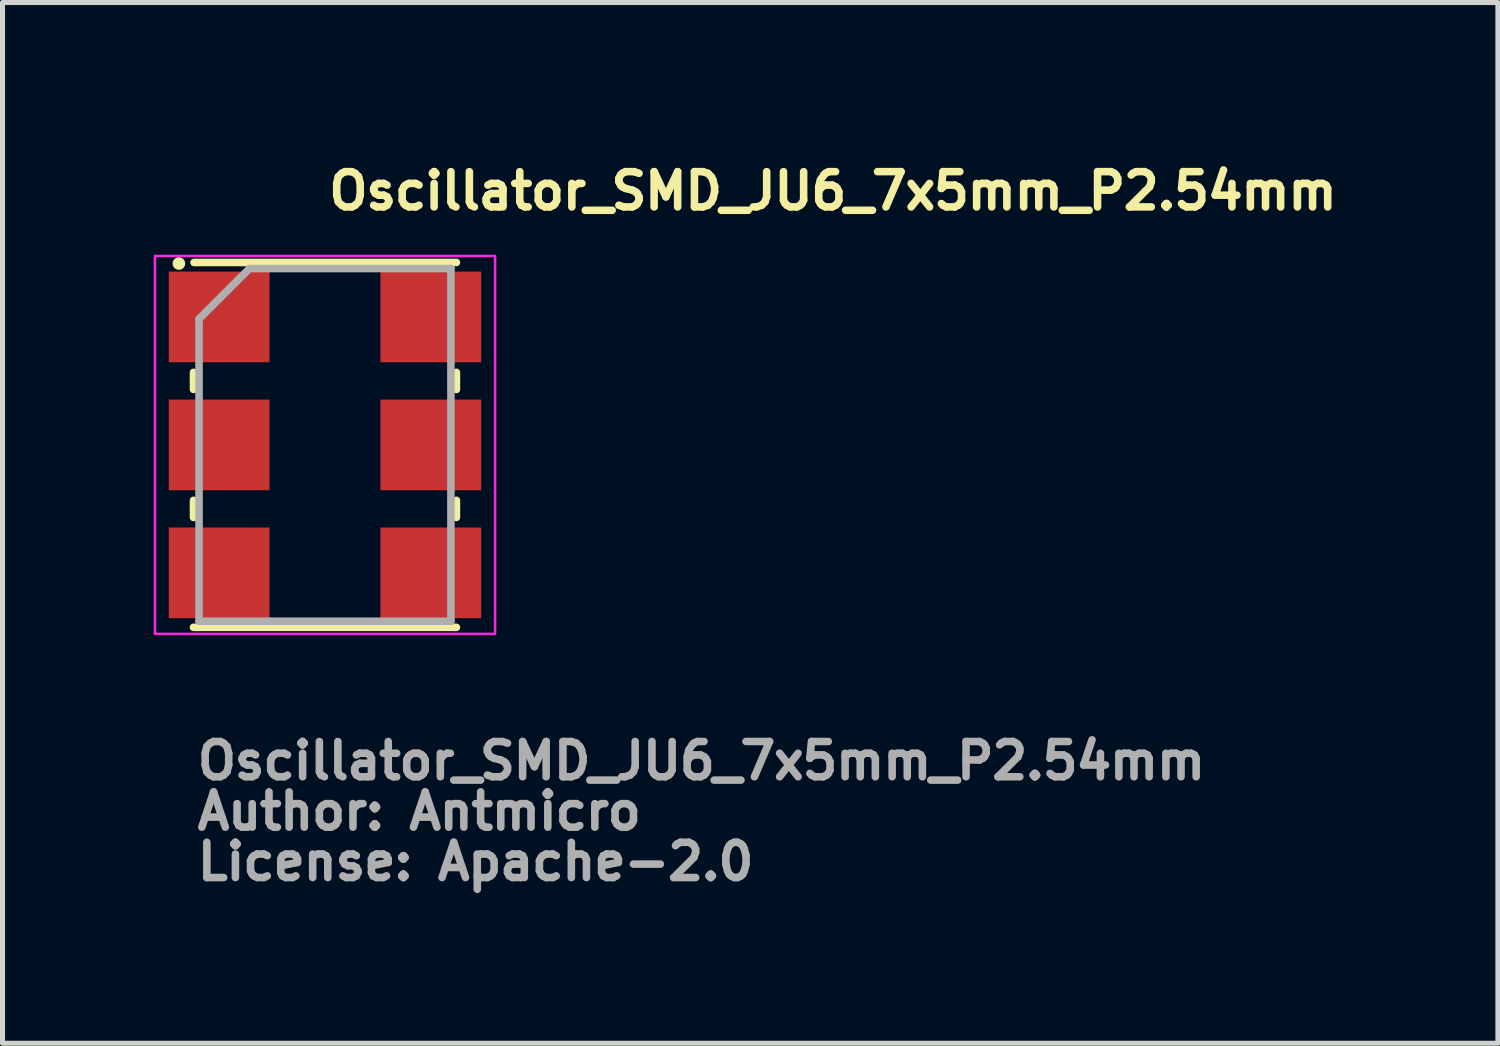
<source format=kicad_pcb>
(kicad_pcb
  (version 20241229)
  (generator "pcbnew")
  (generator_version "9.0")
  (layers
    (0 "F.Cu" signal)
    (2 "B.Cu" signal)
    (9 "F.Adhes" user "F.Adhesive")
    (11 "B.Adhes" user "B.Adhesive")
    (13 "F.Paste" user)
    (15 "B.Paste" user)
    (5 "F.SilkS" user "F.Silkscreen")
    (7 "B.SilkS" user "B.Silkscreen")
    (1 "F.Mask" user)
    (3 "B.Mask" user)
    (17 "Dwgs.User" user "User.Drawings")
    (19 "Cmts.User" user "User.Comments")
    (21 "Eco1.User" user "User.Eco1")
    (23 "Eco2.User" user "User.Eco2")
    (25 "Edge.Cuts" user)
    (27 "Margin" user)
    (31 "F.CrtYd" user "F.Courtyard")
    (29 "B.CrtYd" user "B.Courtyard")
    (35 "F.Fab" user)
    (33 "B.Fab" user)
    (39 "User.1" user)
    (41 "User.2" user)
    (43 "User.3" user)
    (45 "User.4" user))
  (footprint "Oscillator_SMD_JU6_7x5mm_P2.54mm"
    (layer "F.Cu")
    (at 3.4 5.78)
    (property "Reference" "Oscillator_SMD_JU6_7x5mm_P2.54mm" (at 0 -4.63 0) (layer "F.SilkS") (effects (font (size 0.7 0.7) (thickness 0.15)) (justify left bottom)))
    (attr smd)
    (fp_line (start -2.61 -1.101) (end -2.61 -1.44) (stroke (width 0.15) (type solid)) (layer "F.SilkS"))
    (fp_line (start -2.61 1.439) (end -2.61 1.1) (stroke (width 0.15) (type solid)) (layer "F.SilkS"))
    (fp_line (start -2.6 -3.621) (end 2.608 -3.621) (stroke (width 0.15) (type solid)) (layer "F.SilkS"))
    (fp_line (start 2.608 -1.44) (end 2.608 -1.101) (stroke (width 0.15) (type solid)) (layer "F.SilkS"))
    (fp_line (start 2.608 1.1) (end 2.608 1.439) (stroke (width 0.15) (type solid)) (layer "F.SilkS"))
    (fp_line (start 2.608 3.62) (end -2.61 3.62) (stroke (width 0.15) (type solid)) (layer "F.SilkS"))
    (fp_circle (center -2.9 -3.6) (end -2.85 -3.6) (stroke (width 0.15) (type solid)) (fill yes) (layer "F.SilkS"))
    (fp_rect (start -3.375 -3.75) (end 3.375 3.75) (stroke (width 0.05) (type solid)) (fill no) (layer "F.CrtYd"))
    (fp_line (start -2.5 -2.5) (end -2.5 3.499) (stroke (width 0.15) (type solid)) (layer "F.Fab"))
    (fp_line (start -2.5 3.499) (end 2.499 3.499) (stroke (width 0.15) (type solid)) (layer "F.Fab"))
    (fp_line (start -1.5 -3.5) (end -2.5 -2.5) (stroke (width 0.15) (type solid)) (layer "F.Fab"))
    (fp_line (start 2.499 -3.5) (end -1.5 -3.5) (stroke (width 0.15) (type solid)) (layer "F.Fab"))
    (fp_line (start 2.499 3.499) (end 2.499 -3.5) (stroke (width 0.15) (type solid)) (layer "F.Fab"))
    (fp_rect (start -2.5 -3.5) (end 2.499 3.499) (stroke (width 0.1) (type solid)) (fill no) (layer "User.5"))
    (fp_line (start -2.5 -3.23) (end -2.5 -3.215) (stroke (width 0.02) (type solid)) (layer "User.9"))
    (fp_line (start -2.5 -3.215) (end -2.5 -3.202) (stroke (width 0.02) (type solid)) (layer "User.9"))
    (fp_line (start -2.5 -3.202) (end -2.5 -2.84) (stroke (width 0.02) (type solid)) (layer "User.9"))
    (fp_line (start -2.5 -2.242) (end -2.5 -0.3) (stroke (width 0.02) (type solid)) (layer "User.9"))
    (fp_line (start -2.5 -2.242) (end -2.485 -2.242) (stroke (width 0.02) (type solid)) (layer "User.9"))
    (fp_line (start -2.5 0.298) (end -2.5 2.24) (stroke (width 0.02) (type solid)) (layer "User.9"))
    (fp_line (start -2.5 0.298) (end -2.481 0.298) (stroke (width 0.02) (type solid)) (layer "User.9"))
    (fp_line (start -2.5 2.838) (end -2.5 3.2) (stroke (width 0.02) (type solid)) (layer "User.9"))
    (fp_line (start -2.5 2.838) (end -2.485 2.838) (stroke (width 0.02) (type solid)) (layer "User.9"))
    (fp_line (start -2.5 3.2) (end -2.5 3.213) (stroke (width 0.02) (type solid)) (layer "User.9"))
    (fp_line (start -2.5 3.213) (end -2.5 3.229) (stroke (width 0.02) (type solid)) (layer "User.9"))
    (fp_line (start -2.5 3.229) (end -2.497 3.244) (stroke (width 0.02) (type solid)) (layer "User.9"))
    (fp_line (start -2.497 -3.246) (end -2.5 -3.23) (stroke (width 0.02) (type solid)) (layer "User.9"))
    (fp_line (start -2.497 3.244) (end -2.496 3.257) (stroke (width 0.02) (type solid)) (layer "User.9"))
    (fp_line (start -2.496 -3.259) (end -2.497 -3.246) (stroke (width 0.02) (type solid)) (layer "User.9"))
    (fp_line (start -2.496 3.257) (end -2.492 3.273) (stroke (width 0.02) (type solid)) (layer "User.9"))
    (fp_line (start -2.492 -3.274) (end -2.496 -3.259) (stroke (width 0.02) (type solid)) (layer "User.9"))
    (fp_line (start -2.492 3.273) (end -2.488 3.286) (stroke (width 0.02) (type solid)) (layer "User.9"))
    (fp_line (start -2.491 -0.3) (end -2.5 -0.3) (stroke (width 0.02) (type solid)) (layer "User.9"))
    (fp_line (start -2.488 -3.289) (end -2.492 -3.274) (stroke (width 0.02) (type solid)) (layer "User.9"))
    (fp_line (start -2.488 3.286) (end -2.484 3.301) (stroke (width 0.02) (type solid)) (layer "User.9"))
    (fp_line (start -2.485 -2.84) (end -2.5 -2.84) (stroke (width 0.02) (type solid)) (layer "User.9"))
    (fp_line (start -2.485 -2.242) (end -2.471 -2.242) (stroke (width 0.02) (type solid)) (layer "User.9"))
    (fp_line (start -2.485 2.24) (end -2.5 2.24) (stroke (width 0.02) (type solid)) (layer "User.9"))
    (fp_line (start -2.485 2.838) (end -2.471 2.838) (stroke (width 0.02) (type solid)) (layer "User.9"))
    (fp_line (start -2.484 -3.302) (end -2.488 -3.289) (stroke (width 0.02) (type solid)) (layer "User.9"))
    (fp_line (start -2.484 3.301) (end -2.479 3.313) (stroke (width 0.02) (type solid)) (layer "User.9"))
    (fp_line (start -2.481 -0.3) (end -2.491 -0.3) (stroke (width 0.02) (type solid)) (layer "User.9"))
    (fp_line (start -2.481 0.298) (end -2.461 0.296) (stroke (width 0.02) (type solid)) (layer "User.9"))
    (fp_line (start -2.479 -3.315) (end -2.484 -3.302) (stroke (width 0.02) (type solid)) (layer "User.9"))
    (fp_line (start -2.479 3.313) (end -2.472 3.328) (stroke (width 0.02) (type solid)) (layer "User.9"))
    (fp_line (start -2.472 -3.33) (end -2.479 -3.315) (stroke (width 0.02) (type solid)) (layer "User.9"))
    (fp_line (start -2.472 -0.299) (end -2.481 -0.3) (stroke (width 0.02) (type solid)) (layer "User.9"))
    (fp_line (start -2.472 3.328) (end -2.465 3.341) (stroke (width 0.02) (type solid)) (layer "User.9"))
    (fp_line (start -2.471 -2.839) (end -2.485 -2.84) (stroke (width 0.02) (type solid)) (layer "User.9"))
    (fp_line (start -2.471 -2.242) (end -2.456 -2.245) (stroke (width 0.02) (type solid)) (layer "User.9"))
    (fp_line (start -2.471 2.241) (end -2.485 2.24) (stroke (width 0.02) (type solid)) (layer "User.9"))
    (fp_line (start -2.471 2.838) (end -2.456 2.835) (stroke (width 0.02) (type solid)) (layer "User.9"))
    (fp_line (start -2.465 -3.343) (end -2.472 -3.33) (stroke (width 0.02) (type solid)) (layer "User.9"))
    (fp_line (start -2.465 3.341) (end -2.459 3.354) (stroke (width 0.02) (type solid)) (layer "User.9"))
    (fp_line (start -2.461 -0.298) (end -2.472 -0.299) (stroke (width 0.02) (type solid)) (layer "User.9"))
    (fp_line (start -2.461 0.296) (end -2.441 0.293) (stroke (width 0.02) (type solid)) (layer "User.9"))
    (fp_line (start -2.459 -3.355) (end -2.465 -3.343) (stroke (width 0.02) (type solid)) (layer "User.9"))
    (fp_line (start -2.459 3.354) (end -2.451 3.366) (stroke (width 0.02) (type solid)) (layer "User.9"))
    (fp_line (start -2.456 -2.838) (end -2.471 -2.839) (stroke (width 0.02) (type solid)) (layer "User.9"))
    (fp_line (start -2.456 -2.245) (end -2.44 -2.247) (stroke (width 0.02) (type solid)) (layer "User.9"))
    (fp_line (start -2.456 2.242) (end -2.471 2.241) (stroke (width 0.02) (type solid)) (layer "User.9"))
    (fp_line (start -2.456 2.835) (end -2.44 2.833) (stroke (width 0.02) (type solid)) (layer "User.9"))
    (fp_line (start -2.452 -0.296) (end -2.461 -0.298) (stroke (width 0.02) (type solid)) (layer "User.9"))
    (fp_line (start -2.451 -3.367) (end -2.459 -3.355) (stroke (width 0.02) (type solid)) (layer "User.9"))
    (fp_line (start -2.451 3.366) (end -2.443 3.378) (stroke (width 0.02) (type solid)) (layer "User.9"))
    (fp_line (start -2.443 -3.379) (end -2.451 -3.367) (stroke (width 0.02) (type solid)) (layer "User.9"))
    (fp_line (start -2.443 3.378) (end -2.433 3.39) (stroke (width 0.02) (type solid)) (layer "User.9"))
    (fp_line (start -2.441 -0.295) (end -2.452 -0.296) (stroke (width 0.02) (type solid)) (layer "User.9"))
    (fp_line (start -2.441 0.293) (end -2.423 0.288) (stroke (width 0.02) (type solid)) (layer "User.9"))
    (fp_line (start -2.44 -2.835) (end -2.456 -2.838) (stroke (width 0.02) (type solid)) (layer "User.9"))
    (fp_line (start -2.44 -2.247) (end -2.427 -2.25) (stroke (width 0.02) (type solid)) (layer "User.9"))
    (fp_line (start -2.44 2.245) (end -2.456 2.242) (stroke (width 0.02) (type solid)) (layer "User.9"))
    (fp_line (start -2.44 2.833) (end -2.427 2.83) (stroke (width 0.02) (type solid)) (layer "User.9"))
    (fp_line (start -2.433 -3.391) (end -2.443 -3.379) (stroke (width 0.02) (type solid)) (layer "User.9"))
    (fp_line (start -2.433 3.39) (end -2.423 3.401) (stroke (width 0.02) (type solid)) (layer "User.9"))
    (fp_line (start -2.432 -0.293) (end -2.441 -0.295) (stroke (width 0.02) (type solid)) (layer "User.9"))
    (fp_line (start -2.427 -2.831) (end -2.44 -2.835) (stroke (width 0.02) (type solid)) (layer "User.9"))
    (fp_line (start -2.427 -2.25) (end -2.411 -2.254) (stroke (width 0.02) (type solid)) (layer "User.9"))
    (fp_line (start -2.427 2.249) (end -2.44 2.245) (stroke (width 0.02) (type solid)) (layer "User.9"))
    (fp_line (start -2.427 2.83) (end -2.411 2.826) (stroke (width 0.02) (type solid)) (layer "User.9"))
    (fp_line (start -2.423 -3.403) (end -2.433 -3.391) (stroke (width 0.02) (type solid)) (layer "User.9"))
    (fp_line (start -2.423 -0.29) (end -2.432 -0.293) (stroke (width 0.02) (type solid)) (layer "User.9"))
    (fp_line (start -2.423 0.288) (end -2.404 0.283) (stroke (width 0.02) (type solid)) (layer "User.9"))
    (fp_line (start -2.423 3.401) (end -2.414 3.411) (stroke (width 0.02) (type solid)) (layer "User.9"))
    (fp_line (start -2.414 -3.414) (end -2.423 -3.403) (stroke (width 0.02) (type solid)) (layer "User.9"))
    (fp_line (start -2.414 -3.414) (end -2.414 -3.414) (stroke (width 0.02) (type solid)) (layer "User.9"))
    (fp_line (start -2.414 -0.288) (end -2.423 -0.29) (stroke (width 0.02) (type solid)) (layer "User.9"))
    (fp_line (start -2.414 3.411) (end -2.414 3.411) (stroke (width 0.02) (type solid)) (layer "User.9"))
    (fp_line (start -2.414 3.411) (end -2.403 3.422) (stroke (width 0.02) (type solid)) (layer "User.9"))
    (fp_line (start -2.411 -2.827) (end -2.427 -2.831) (stroke (width 0.02) (type solid)) (layer "User.9"))
    (fp_line (start -2.411 -2.254) (end -2.398 -2.259) (stroke (width 0.02) (type solid)) (layer "User.9"))
    (fp_line (start -2.411 2.253) (end -2.427 2.249) (stroke (width 0.02) (type solid)) (layer "User.9"))
    (fp_line (start -2.411 2.826) (end -2.398 2.821) (stroke (width 0.02) (type solid)) (layer "User.9"))
    (fp_line (start -2.404 -0.285) (end -2.414 -0.288) (stroke (width 0.02) (type solid)) (layer "User.9"))
    (fp_line (start -2.404 0.283) (end -2.386 0.277) (stroke (width 0.02) (type solid)) (layer "User.9"))
    (fp_line (start -2.403 -3.423) (end -2.414 -3.414) (stroke (width 0.02) (type solid)) (layer "User.9"))
    (fp_line (start -2.403 3.422) (end -2.391 3.431) (stroke (width 0.02) (type solid)) (layer "User.9"))
    (fp_line (start -2.398 -2.823) (end -2.411 -2.827) (stroke (width 0.02) (type solid)) (layer "User.9"))
    (fp_line (start -2.398 -2.259) (end -2.384 -2.265) (stroke (width 0.02) (type solid)) (layer "User.9"))
    (fp_line (start -2.398 2.257) (end -2.411 2.253) (stroke (width 0.02) (type solid)) (layer "User.9"))
    (fp_line (start -2.398 2.821) (end -2.384 2.815) (stroke (width 0.02) (type solid)) (layer "User.9"))
    (fp_line (start -2.395 -0.282) (end -2.404 -0.285) (stroke (width 0.02) (type solid)) (layer "User.9"))
    (fp_line (start -2.391 -3.434) (end -2.403 -3.423) (stroke (width 0.02) (type solid)) (layer "User.9"))
    (fp_line (start -2.391 3.431) (end -2.379 3.441) (stroke (width 0.02) (type solid)) (layer "User.9"))
    (fp_line (start -2.386 -0.279) (end -2.395 -0.282) (stroke (width 0.02) (type solid)) (layer "User.9"))
    (fp_line (start -2.386 0.277) (end -2.368 0.268) (stroke (width 0.02) (type solid)) (layer "User.9"))
    (fp_line (start -2.384 -2.818) (end -2.398 -2.823) (stroke (width 0.02) (type solid)) (layer "User.9"))
    (fp_line (start -2.384 -2.265) (end -2.371 -2.27) (stroke (width 0.02) (type solid)) (layer "User.9"))
    (fp_line (start -2.384 2.262) (end -2.398 2.257) (stroke (width 0.02) (type solid)) (layer "User.9"))
    (fp_line (start -2.384 2.815) (end -2.371 2.809) (stroke (width 0.02) (type solid)) (layer "User.9"))
    (fp_line (start -2.379 -3.443) (end -2.391 -3.434) (stroke (width 0.02) (type solid)) (layer "User.9"))
    (fp_line (start -2.379 3.441) (end -2.367 3.449) (stroke (width 0.02) (type solid)) (layer "User.9"))
    (fp_line (start -2.376 -0.275) (end -2.386 -0.279) (stroke (width 0.02) (type solid)) (layer "User.9"))
    (fp_line (start -2.371 -2.811) (end -2.384 -2.818) (stroke (width 0.02) (type solid)) (layer "User.9"))
    (fp_line (start -2.371 -2.27) (end -2.359 -2.278) (stroke (width 0.02) (type solid)) (layer "User.9"))
    (fp_line (start -2.371 2.269) (end -2.384 2.262) (stroke (width 0.02) (type solid)) (layer "User.9"))
    (fp_line (start -2.371 2.809) (end -2.359 2.802) (stroke (width 0.02) (type solid)) (layer "User.9"))
    (fp_line (start -2.368 -0.27) (end -2.376 -0.275) (stroke (width 0.02) (type solid)) (layer "User.9"))
    (fp_line (start -2.368 0.268) (end -2.351 0.259) (stroke (width 0.02) (type solid)) (layer "User.9"))
    (fp_line (start -2.367 -3.451) (end -2.379 -3.443) (stroke (width 0.02) (type solid)) (layer "User.9"))
    (fp_line (start -2.367 3.449) (end -2.355 3.456) (stroke (width 0.02) (type solid)) (layer "User.9"))
    (fp_line (start -2.359 -2.805) (end -2.371 -2.811) (stroke (width 0.02) (type solid)) (layer "User.9"))
    (fp_line (start -2.359 -2.278) (end -2.346 -2.285) (stroke (width 0.02) (type solid)) (layer "User.9"))
    (fp_line (start -2.359 -0.266) (end -2.368 -0.27) (stroke (width 0.02) (type solid)) (layer "User.9"))
    (fp_line (start -2.359 2.276) (end -2.371 2.269) (stroke (width 0.02) (type solid)) (layer "User.9"))
    (fp_line (start -2.359 2.802) (end -2.346 2.796) (stroke (width 0.02) (type solid)) (layer "User.9"))
    (fp_line (start -2.355 -3.459) (end -2.367 -3.451) (stroke (width 0.02) (type solid)) (layer "User.9"))
    (fp_line (start -2.355 3.456) (end -2.343 3.463) (stroke (width 0.02) (type solid)) (layer "User.9"))
    (fp_line (start -2.351 -0.261) (end -2.359 -0.266) (stroke (width 0.02) (type solid)) (layer "User.9"))
    (fp_line (start -2.351 0.259) (end -2.335 0.248) (stroke (width 0.02) (type solid)) (layer "User.9"))
    (fp_line (start -2.346 -2.798) (end -2.359 -2.805) (stroke (width 0.02) (type solid)) (layer "User.9"))
    (fp_line (start -2.346 -2.285) (end -2.334 -2.293) (stroke (width 0.02) (type solid)) (layer "User.9"))
    (fp_line (start -2.346 2.282) (end -2.359 2.276) (stroke (width 0.02) (type solid)) (layer "User.9"))
    (fp_line (start -2.346 2.796) (end -2.334 2.788) (stroke (width 0.02) (type solid)) (layer "User.9"))
    (fp_line (start -2.343 -3.465) (end -2.355 -3.459) (stroke (width 0.02) (type solid)) (layer "User.9"))
    (fp_line (start -2.343 -0.255) (end -2.351 -0.261) (stroke (width 0.02) (type solid)) (layer "User.9"))
    (fp_line (start -2.343 3.463) (end -2.33 3.471) (stroke (width 0.02) (type solid)) (layer "User.9"))
    (fp_line (start -2.335 -0.25) (end -2.343 -0.255) (stroke (width 0.02) (type solid)) (layer "User.9"))
    (fp_line (start -2.335 0.248) (end -2.319 0.238) (stroke (width 0.02) (type solid)) (layer "User.9"))
    (fp_line (start -2.334 -2.79) (end -2.346 -2.798) (stroke (width 0.02) (type solid)) (layer "User.9"))
    (fp_line (start -2.334 -2.293) (end -2.322 -2.301) (stroke (width 0.02) (type solid)) (layer "User.9"))
    (fp_line (start -2.334 2.29) (end -2.346 2.282) (stroke (width 0.02) (type solid)) (layer "User.9"))
    (fp_line (start -2.334 2.788) (end -2.322 2.78) (stroke (width 0.02) (type solid)) (layer "User.9"))
    (fp_line (start -2.33 -3.472) (end -2.343 -3.465) (stroke (width 0.02) (type solid)) (layer "User.9"))
    (fp_line (start -2.33 3.471) (end -2.315 3.476) (stroke (width 0.02) (type solid)) (layer "User.9"))
    (fp_line (start -2.327 -0.245) (end -2.335 -0.25) (stroke (width 0.02) (type solid)) (layer "User.9"))
    (fp_line (start -2.322 -2.782) (end -2.334 -2.79) (stroke (width 0.02) (type solid)) (layer "User.9"))
    (fp_line (start -2.322 -2.301) (end -2.311 -2.31) (stroke (width 0.02) (type solid)) (layer "User.9"))
    (fp_line (start -2.322 2.298) (end -2.334 2.29) (stroke (width 0.02) (type solid)) (layer "User.9"))
    (fp_line (start -2.322 2.78) (end -2.311 2.77) (stroke (width 0.02) (type solid)) (layer "User.9"))
    (fp_line (start -2.319 -0.24) (end -2.327 -0.245) (stroke (width 0.02) (type solid)) (layer "User.9"))
    (fp_line (start -2.319 0.238) (end -2.303 0.225) (stroke (width 0.02) (type solid)) (layer "User.9"))
    (fp_line (start -2.315 -3.479) (end -2.33 -3.472) (stroke (width 0.02) (type solid)) (layer "User.9"))
    (fp_line (start -2.315 3.476) (end -2.302 3.482) (stroke (width 0.02) (type solid)) (layer "User.9"))
    (fp_line (start -2.311 -2.773) (end -2.322 -2.782) (stroke (width 0.02) (type solid)) (layer "User.9"))
    (fp_line (start -2.311 -2.31) (end -2.299 -2.319) (stroke (width 0.02) (type solid)) (layer "User.9"))
    (fp_line (start -2.311 -0.234) (end -2.319 -0.24) (stroke (width 0.02) (type solid)) (layer "User.9"))
    (fp_line (start -2.311 2.307) (end -2.322 2.298) (stroke (width 0.02) (type solid)) (layer "User.9"))
    (fp_line (start -2.311 2.77) (end -2.299 2.761) (stroke (width 0.02) (type solid)) (layer "User.9"))
    (fp_line (start -2.303 -0.227) (end -2.311 -0.234) (stroke (width 0.02) (type solid)) (layer "User.9"))
    (fp_line (start -2.303 0.225) (end -2.29 0.211) (stroke (width 0.02) (type solid)) (layer "User.9"))
    (fp_line (start -2.302 -3.484) (end -2.315 -3.479) (stroke (width 0.02) (type solid)) (layer "User.9"))
    (fp_line (start -2.302 3.482) (end -2.289 3.487) (stroke (width 0.02) (type solid)) (layer "User.9"))
    (fp_line (start -2.299 -2.763) (end -2.311 -2.773) (stroke (width 0.02) (type solid)) (layer "User.9"))
    (fp_line (start -2.299 -2.319) (end -2.289 -2.328) (stroke (width 0.02) (type solid)) (layer "User.9"))
    (fp_line (start -2.299 2.317) (end -2.311 2.307) (stroke (width 0.02) (type solid)) (layer "User.9"))
    (fp_line (start -2.299 2.761) (end -2.289 2.752) (stroke (width 0.02) (type solid)) (layer "User.9"))
    (fp_line (start -2.297 -0.22) (end -2.303 -0.227) (stroke (width 0.02) (type solid)) (layer "User.9"))
    (fp_line (start -2.29 -0.213) (end -2.297 -0.22) (stroke (width 0.02) (type solid)) (layer "User.9"))
    (fp_line (start -2.29 0.211) (end -2.275 0.198) (stroke (width 0.02) (type solid)) (layer "User.9"))
    (fp_line (start -2.289 -3.488) (end -2.302 -3.484) (stroke (width 0.02) (type solid)) (layer "User.9"))
    (fp_line (start -2.289 -2.754) (end -2.299 -2.763) (stroke (width 0.02) (type solid)) (layer "User.9"))
    (fp_line (start -2.289 -2.328) (end -2.279 -2.339) (stroke (width 0.02) (type solid)) (layer "User.9"))
    (fp_line (start -2.289 2.326) (end -2.299 2.317) (stroke (width 0.02) (type solid)) (layer "User.9"))
    (fp_line (start -2.289 2.752) (end -2.279 2.741) (stroke (width 0.02) (type solid)) (layer "User.9"))
    (fp_line (start -2.289 3.487) (end -2.274 3.49) (stroke (width 0.02) (type solid)) (layer "User.9"))
    (fp_line (start -2.282 -0.207) (end -2.29 -0.213) (stroke (width 0.02) (type solid)) (layer "User.9"))
    (fp_line (start -2.279 -2.742) (end -2.289 -2.754) (stroke (width 0.02) (type solid)) (layer "User.9"))
    (fp_line (start -2.279 -2.339) (end -2.27 -2.351) (stroke (width 0.02) (type solid)) (layer "User.9"))
    (fp_line (start -2.279 2.338) (end -2.289 2.326) (stroke (width 0.02) (type solid)) (layer "User.9"))
    (fp_line (start -2.279 2.741) (end -2.27 2.729) (stroke (width 0.02) (type solid)) (layer "User.9"))
    (fp_line (start -2.275 -0.2) (end -2.282 -0.207) (stroke (width 0.02) (type solid)) (layer "User.9"))
    (fp_line (start -2.275 0.198) (end -2.263 0.182) (stroke (width 0.02) (type solid)) (layer "User.9"))
    (fp_line (start -2.274 -3.492) (end -2.289 -3.488) (stroke (width 0.02) (type solid)) (layer "User.9"))
    (fp_line (start -2.274 3.49) (end -2.259 3.494) (stroke (width 0.02) (type solid)) (layer "User.9"))
    (fp_line (start -2.27 -2.731) (end -2.279 -2.742) (stroke (width 0.02) (type solid)) (layer "User.9"))
    (fp_line (start -2.27 -2.351) (end -2.261 -2.362) (stroke (width 0.02) (type solid)) (layer "User.9"))
    (fp_line (start -2.27 -0.191) (end -2.275 -0.2) (stroke (width 0.02) (type solid)) (layer "User.9"))
    (fp_line (start -2.27 2.349) (end -2.279 2.338) (stroke (width 0.02) (type solid)) (layer "User.9"))
    (fp_line (start -2.27 2.729) (end -2.261 2.718) (stroke (width 0.02) (type solid)) (layer "User.9"))
    (fp_line (start -2.263 -0.184) (end -2.27 -0.191) (stroke (width 0.02) (type solid)) (layer "User.9"))
    (fp_line (start -2.263 0.182) (end -2.251 0.166) (stroke (width 0.02) (type solid)) (layer "User.9"))
    (fp_line (start -2.261 -2.721) (end -2.27 -2.731) (stroke (width 0.02) (type solid)) (layer "User.9"))
    (fp_line (start -2.261 -2.362) (end -2.253 -2.374) (stroke (width 0.02) (type solid)) (layer "User.9"))
    (fp_line (start -2.261 2.359) (end -2.27 2.349) (stroke (width 0.02) (type solid)) (layer "User.9"))
    (fp_line (start -2.261 2.718) (end -2.253 2.706) (stroke (width 0.02) (type solid)) (layer "User.9"))
    (fp_line (start -2.259 -3.496) (end -2.274 -3.492) (stroke (width 0.02) (type solid)) (layer "User.9"))
    (fp_line (start -2.259 3.494) (end -2.246 3.495) (stroke (width 0.02) (type solid)) (layer "User.9"))
    (fp_line (start -2.258 -0.176) (end -2.263 -0.184) (stroke (width 0.02) (type solid)) (layer "User.9"))
    (fp_line (start -2.253 -2.709) (end -2.261 -2.721) (stroke (width 0.02) (type solid)) (layer "User.9"))
    (fp_line (start -2.253 -2.374) (end -2.245 -2.386) (stroke (width 0.02) (type solid)) (layer "User.9"))
    (fp_line (start -2.253 2.371) (end -2.261 2.359) (stroke (width 0.02) (type solid)) (layer "User.9"))
    (fp_line (start -2.253 2.706) (end -2.245 2.694) (stroke (width 0.02) (type solid)) (layer "User.9"))
    (fp_line (start -2.251 -0.168) (end -2.258 -0.176) (stroke (width 0.02) (type solid)) (layer "User.9"))
    (fp_line (start -2.251 0.166) (end -2.242 0.148) (stroke (width 0.02) (type solid)) (layer "User.9"))
    (fp_line (start -2.246 -3.497) (end -2.259 -3.496) (stroke (width 0.02) (type solid)) (layer "User.9"))
    (fp_line (start -2.246 -0.159) (end -2.251 -0.168) (stroke (width 0.02) (type solid)) (layer "User.9"))
    (fp_line (start -2.246 3.495) (end -2.23 3.498) (stroke (width 0.02) (type solid)) (layer "User.9"))
    (fp_line (start -2.245 -2.697) (end -2.253 -2.709) (stroke (width 0.02) (type solid)) (layer "User.9"))
    (fp_line (start -2.245 -2.386) (end -2.238 -2.399) (stroke (width 0.02) (type solid)) (layer "User.9"))
    (fp_line (start -2.245 2.383) (end -2.253 2.371) (stroke (width 0.02) (type solid)) (layer "User.9"))
    (fp_line (start -2.245 2.694) (end -2.238 2.681) (stroke (width 0.02) (type solid)) (layer "User.9"))
    (fp_line (start -2.242 -0.15) (end -2.246 -0.159) (stroke (width 0.02) (type solid)) (layer "User.9"))
    (fp_line (start -2.242 -0.15) (end -2.242 -0.15) (stroke (width 0.02) (type solid)) (layer "User.9"))
    (fp_line (start -2.242 0.148) (end -2.242 0.148) (stroke (width 0.02) (type solid)) (layer "User.9"))
    (fp_line (start -2.242 0.148) (end -2.231 0.132) (stroke (width 0.02) (type solid)) (layer "User.9"))
    (fp_line (start -2.238 -2.684) (end -2.245 -2.697) (stroke (width 0.02) (type solid)) (layer "User.9"))
    (fp_line (start -2.238 -2.399) (end -2.23 -2.411) (stroke (width 0.02) (type solid)) (layer "User.9"))
    (fp_line (start -2.238 2.397) (end -2.245 2.383) (stroke (width 0.02) (type solid)) (layer "User.9"))
    (fp_line (start -2.238 2.681) (end -2.23 2.669) (stroke (width 0.02) (type solid)) (layer "User.9"))
    (fp_line (start -2.231 -0.134) (end -2.242 -0.15) (stroke (width 0.02) (type solid)) (layer "User.9"))
    (fp_line (start -2.231 0.132) (end -2.223 0.114) (stroke (width 0.02) (type solid)) (layer "User.9"))
    (fp_line (start -2.23 -3.5) (end -2.246 -3.497) (stroke (width 0.02) (type solid)) (layer "User.9"))
    (fp_line (start -2.23 -2.672) (end -2.238 -2.684) (stroke (width 0.02) (type solid)) (layer "User.9"))
    (fp_line (start -2.23 -2.411) (end -2.225 -2.424) (stroke (width 0.02) (type solid)) (layer "User.9"))
    (fp_line (start -2.23 2.409) (end -2.238 2.397) (stroke (width 0.02) (type solid)) (layer "User.9"))
    (fp_line (start -2.23 2.669) (end -2.225 2.656) (stroke (width 0.02) (type solid)) (layer "User.9"))
    (fp_line (start -2.23 3.498) (end -2.215 3.499) (stroke (width 0.02) (type solid)) (layer "User.9"))
    (fp_line (start -2.225 -2.657) (end -2.23 -2.672) (stroke (width 0.02) (type solid)) (layer "User.9"))
    (fp_line (start -2.225 -2.424) (end -2.219 -2.437) (stroke (width 0.02) (type solid)) (layer "User.9"))
    (fp_line (start -2.225 2.422) (end -2.23 2.409) (stroke (width 0.02) (type solid)) (layer "User.9"))
    (fp_line (start -2.225 2.656) (end -2.219 2.643) (stroke (width 0.02) (type solid)) (layer "User.9"))
    (fp_line (start -2.223 -0.116) (end -2.231 -0.134) (stroke (width 0.02) (type solid)) (layer "User.9"))
    (fp_line (start -2.223 0.114) (end -2.217 0.094) (stroke (width 0.02) (type solid)) (layer "User.9"))
    (fp_line (start -2.219 -2.645) (end -2.225 -2.657) (stroke (width 0.02) (type solid)) (layer "User.9"))
    (fp_line (start -2.219 -2.437) (end -2.214 -2.452) (stroke (width 0.02) (type solid)) (layer "User.9"))
    (fp_line (start -2.219 2.435) (end -2.225 2.422) (stroke (width 0.02) (type solid)) (layer "User.9"))
    (fp_line (start -2.219 2.643) (end -2.214 2.628) (stroke (width 0.02) (type solid)) (layer "User.9"))
    (fp_line (start -2.217 -0.096) (end -2.223 -0.116) (stroke (width 0.02) (type solid)) (layer "User.9"))
    (fp_line (start -2.217 0.094) (end -2.211 0.076) (stroke (width 0.02) (type solid)) (layer "User.9"))
    (fp_line (start -2.215 -3.5) (end -2.23 -3.5) (stroke (width 0.02) (type solid)) (layer "User.9"))
    (fp_line (start -2.215 3.499) (end -2.202 3.499) (stroke (width 0.02) (type solid)) (layer "User.9"))
    (fp_line (start -2.214 -2.63) (end -2.219 -2.645) (stroke (width 0.02) (type solid)) (layer "User.9"))
    (fp_line (start -2.214 -2.452) (end -2.21 -2.467) (stroke (width 0.02) (type solid)) (layer "User.9"))
    (fp_line (start -2.214 2.45) (end -2.219 2.435) (stroke (width 0.02) (type solid)) (layer "User.9"))
    (fp_line (start -2.214 2.628) (end -2.21 2.613) (stroke (width 0.02) (type solid)) (layer "User.9"))
    (fp_line (start -2.211 -0.078) (end -2.217 -0.096) (stroke (width 0.02) (type solid)) (layer "User.9"))
    (fp_line (start -2.211 0.076) (end -2.206 0.057) (stroke (width 0.02) (type solid)) (layer "User.9"))
    (fp_line (start -2.21 -2.616) (end -2.214 -2.63) (stroke (width 0.02) (type solid)) (layer "User.9"))
    (fp_line (start -2.21 -2.467) (end -2.207 -2.48) (stroke (width 0.02) (type solid)) (layer "User.9"))
    (fp_line (start -2.21 2.464) (end -2.214 2.45) (stroke (width 0.02) (type solid)) (layer "User.9"))
    (fp_line (start -2.21 2.613) (end -2.207 2.6) (stroke (width 0.02) (type solid)) (layer "User.9"))
    (fp_line (start -2.207 -2.601) (end -2.21 -2.616) (stroke (width 0.02) (type solid)) (layer "User.9"))
    (fp_line (start -2.207 -2.48) (end -2.205 -2.496) (stroke (width 0.02) (type solid)) (layer "User.9"))
    (fp_line (start -2.207 2.479) (end -2.21 2.464) (stroke (width 0.02) (type solid)) (layer "User.9"))
    (fp_line (start -2.207 2.6) (end -2.205 2.584) (stroke (width 0.02) (type solid)) (layer "User.9"))
    (fp_line (start -2.206 -0.059) (end -2.211 -0.078) (stroke (width 0.02) (type solid)) (layer "User.9"))
    (fp_line (start -2.206 0.057) (end -2.203 0.037) (stroke (width 0.02) (type solid)) (layer "User.9"))
    (fp_line (start -2.205 -2.586) (end -2.207 -2.601) (stroke (width 0.02) (type solid)) (layer "User.9"))
    (fp_line (start -2.205 -2.496) (end -2.202 -2.511) (stroke (width 0.02) (type solid)) (layer "User.9"))
    (fp_line (start -2.205 2.494) (end -2.207 2.479) (stroke (width 0.02) (type solid)) (layer "User.9"))
    (fp_line (start -2.205 2.584) (end -2.202 2.569) (stroke (width 0.02) (type solid)) (layer "User.9"))
    (fp_line (start -2.203 -0.039) (end -2.206 -0.059) (stroke (width 0.02) (type solid)) (layer "User.9"))
    (fp_line (start -2.203 0.037) (end -2.202 0.018) (stroke (width 0.02) (type solid)) (layer "User.9"))
    (fp_line (start -2.202 -3.5) (end -2.215 -3.5) (stroke (width 0.02) (type solid)) (layer "User.9"))
    (fp_line (start -2.202 -3.202) (end -2.202 3.2) (stroke (width 0.02) (type solid)) (layer "User.9"))
    (fp_line (start -2.202 -2.572) (end -2.205 -2.586) (stroke (width 0.02) (type solid)) (layer "User.9"))
    (fp_line (start -2.202 -2.556) (end -2.202 -2.572) (stroke (width 0.02) (type solid)) (layer "User.9"))
    (fp_line (start -2.202 -2.54) (end -2.202 -2.556) (stroke (width 0.02) (type solid)) (layer "User.9"))
    (fp_line (start -2.202 -2.54) (end -2.202 -2.54) (stroke (width 0.02) (type solid)) (layer "User.9"))
    (fp_line (start -2.202 -2.525) (end -2.202 -2.54) (stroke (width 0.02) (type solid)) (layer "User.9"))
    (fp_line (start -2.202 -2.511) (end -2.202 -2.525) (stroke (width 0.02) (type solid)) (layer "User.9"))
    (fp_line (start -2.202 -0.02) (end -2.203 -0.039) (stroke (width 0.02) (type solid)) (layer "User.9"))
    (fp_line (start -2.202 0) (end -2.202 -0.02) (stroke (width 0.02) (type solid)) (layer "User.9"))
    (fp_line (start -2.202 0.018) (end -2.202 0) (stroke (width 0.02) (type solid)) (layer "User.9"))
    (fp_line (start -2.202 2.508) (end -2.205 2.494) (stroke (width 0.02) (type solid)) (layer "User.9"))
    (fp_line (start -2.202 2.523) (end -2.202 2.508) (stroke (width 0.02) (type solid)) (layer "User.9"))
    (fp_line (start -2.202 2.539) (end -2.202 2.523) (stroke (width 0.02) (type solid)) (layer "User.9"))
    (fp_line (start -2.202 2.539) (end -2.202 2.539) (stroke (width 0.02) (type solid)) (layer "User.9"))
    (fp_line (start -2.202 2.555) (end -2.202 2.539) (stroke (width 0.02) (type solid)) (layer "User.9"))
    (fp_line (start -2.202 2.569) (end -2.202 2.555) (stroke (width 0.02) (type solid)) (layer "User.9"))
    (fp_line (start -2.202 3.2) (end 2.2 3.2) (stroke (width 0.02) (type solid)) (layer "User.9"))
    (fp_line (start -2.202 3.499) (end -1.2 3.499) (stroke (width 0.02) (type solid)) (layer "User.9"))
    (fp_line (start -2.182 -3.181) (end -2.182 3.18) (stroke (width 0.02) (type solid)) (layer "User.9"))
    (fp_line (start -2.182 -3.181) (end -2.182 3.18) (stroke (width 0.02) (type solid)) (layer "User.9"))
    (fp_line (start -2.182 3.18) (end 2.18 3.18) (stroke (width 0.02) (type solid)) (layer "User.9"))
    (fp_line (start -2.182 3.18) (end 2.18 3.18) (stroke (width 0.02) (type solid)) (layer "User.9"))
    (fp_line (start -1.801 -2.556) (end -1.801 -2.541) (stroke (width 0.02) (type solid)) (layer "User.9"))
    (fp_line (start -1.801 -2.556) (end -1.801 -2.541) (stroke (width 0.02) (type solid)) (layer "User.9"))
    (fp_line (start -1.801 -2.541) (end -1.801 -2.541) (stroke (width 0.02) (type solid)) (layer "User.9"))
    (fp_line (start -1.801 -2.541) (end -1.801 -2.541) (stroke (width 0.02) (type solid)) (layer "User.9"))
    (fp_line (start -1.801 -2.541) (end -1.801 -2.525) (stroke (width 0.02) (type solid)) (layer "User.9"))
    (fp_line (start -1.801 -2.541) (end -1.801 -2.525) (stroke (width 0.02) (type solid)) (layer "User.9"))
    (fp_line (start -1.801 -2.525) (end -1.799 -2.511) (stroke (width 0.02) (type solid)) (layer "User.9"))
    (fp_line (start -1.801 -2.525) (end -1.799 -2.511) (stroke (width 0.02) (type solid)) (layer "User.9"))
    (fp_line (start -1.799 -2.572) (end -1.801 -2.556) (stroke (width 0.02) (type solid)) (layer "User.9"))
    (fp_line (start -1.799 -2.572) (end -1.801 -2.556) (stroke (width 0.02) (type solid)) (layer "User.9"))
    (fp_line (start -1.799 -2.511) (end -1.797 -2.496) (stroke (width 0.02) (type solid)) (layer "User.9"))
    (fp_line (start -1.799 -2.511) (end -1.797 -2.496) (stroke (width 0.02) (type solid)) (layer "User.9"))
    (fp_line (start -1.797 -2.586) (end -1.799 -2.572) (stroke (width 0.02) (type solid)) (layer "User.9"))
    (fp_line (start -1.797 -2.586) (end -1.799 -2.572) (stroke (width 0.02) (type solid)) (layer "User.9"))
    (fp_line (start -1.797 -2.496) (end -1.795 -2.48) (stroke (width 0.02) (type solid)) (layer "User.9"))
    (fp_line (start -1.797 -2.496) (end -1.795 -2.48) (stroke (width 0.02) (type solid)) (layer "User.9"))
    (fp_line (start -1.795 -2.601) (end -1.797 -2.586) (stroke (width 0.02) (type solid)) (layer "User.9"))
    (fp_line (start -1.795 -2.601) (end -1.797 -2.586) (stroke (width 0.02) (type solid)) (layer "User.9"))
    (fp_line (start -1.795 -2.48) (end -1.792 -2.467) (stroke (width 0.02) (type solid)) (layer "User.9"))
    (fp_line (start -1.795 -2.48) (end -1.792 -2.467) (stroke (width 0.02) (type solid)) (layer "User.9"))
    (fp_line (start -1.792 -2.616) (end -1.795 -2.601) (stroke (width 0.02) (type solid)) (layer "User.9"))
    (fp_line (start -1.792 -2.616) (end -1.795 -2.601) (stroke (width 0.02) (type solid)) (layer "User.9"))
    (fp_line (start -1.792 -2.467) (end -1.788 -2.452) (stroke (width 0.02) (type solid)) (layer "User.9"))
    (fp_line (start -1.792 -2.467) (end -1.788 -2.452) (stroke (width 0.02) (type solid)) (layer "User.9"))
    (fp_line (start -1.788 -2.63) (end -1.792 -2.616) (stroke (width 0.02) (type solid)) (layer "User.9"))
    (fp_line (start -1.788 -2.63) (end -1.792 -2.616) (stroke (width 0.02) (type solid)) (layer "User.9"))
    (fp_line (start -1.788 -2.452) (end -1.782 -2.437) (stroke (width 0.02) (type solid)) (layer "User.9"))
    (fp_line (start -1.788 -2.452) (end -1.782 -2.437) (stroke (width 0.02) (type solid)) (layer "User.9"))
    (fp_line (start -1.782 -2.645) (end -1.788 -2.63) (stroke (width 0.02) (type solid)) (layer "User.9"))
    (fp_line (start -1.782 -2.645) (end -1.788 -2.63) (stroke (width 0.02) (type solid)) (layer "User.9"))
    (fp_line (start -1.782 -2.437) (end -1.778 -2.424) (stroke (width 0.02) (type solid)) (layer "User.9"))
    (fp_line (start -1.782 -2.437) (end -1.778 -2.424) (stroke (width 0.02) (type solid)) (layer "User.9"))
    (fp_line (start -1.778 -2.657) (end -1.782 -2.645) (stroke (width 0.02) (type solid)) (layer "User.9"))
    (fp_line (start -1.778 -2.657) (end -1.782 -2.645) (stroke (width 0.02) (type solid)) (layer "User.9"))
    (fp_line (start -1.778 -2.424) (end -1.772 -2.411) (stroke (width 0.02) (type solid)) (layer "User.9"))
    (fp_line (start -1.778 -2.424) (end -1.772 -2.411) (stroke (width 0.02) (type solid)) (layer "User.9"))
    (fp_line (start -1.772 -2.672) (end -1.778 -2.657) (stroke (width 0.02) (type solid)) (layer "User.9"))
    (fp_line (start -1.772 -2.672) (end -1.778 -2.657) (stroke (width 0.02) (type solid)) (layer "User.9"))
    (fp_line (start -1.772 -2.411) (end -1.764 -2.399) (stroke (width 0.02) (type solid)) (layer "User.9"))
    (fp_line (start -1.772 -2.411) (end -1.764 -2.399) (stroke (width 0.02) (type solid)) (layer "User.9"))
    (fp_line (start -1.764 -2.684) (end -1.772 -2.672) (stroke (width 0.02) (type solid)) (layer "User.9"))
    (fp_line (start -1.764 -2.684) (end -1.772 -2.672) (stroke (width 0.02) (type solid)) (layer "User.9"))
    (fp_line (start -1.764 -2.399) (end -1.758 -2.386) (stroke (width 0.02) (type solid)) (layer "User.9"))
    (fp_line (start -1.764 -2.399) (end -1.758 -2.386) (stroke (width 0.02) (type solid)) (layer "User.9"))
    (fp_line (start -1.758 -2.697) (end -1.764 -2.684) (stroke (width 0.02) (type solid)) (layer "User.9"))
    (fp_line (start -1.758 -2.697) (end -1.764 -2.684) (stroke (width 0.02) (type solid)) (layer "User.9"))
    (fp_line (start -1.758 -2.386) (end -1.75 -2.374) (stroke (width 0.02) (type solid)) (layer "User.9"))
    (fp_line (start -1.758 -2.386) (end -1.75 -2.374) (stroke (width 0.02) (type solid)) (layer "User.9"))
    (fp_line (start -1.75 -2.709) (end -1.758 -2.697) (stroke (width 0.02) (type solid)) (layer "User.9"))
    (fp_line (start -1.75 -2.709) (end -1.758 -2.697) (stroke (width 0.02) (type solid)) (layer "User.9"))
    (fp_line (start -1.75 -2.374) (end -1.742 -2.362) (stroke (width 0.02) (type solid)) (layer "User.9"))
    (fp_line (start -1.75 -2.374) (end -1.742 -2.362) (stroke (width 0.02) (type solid)) (layer "User.9"))
    (fp_line (start -1.742 -2.721) (end -1.75 -2.709) (stroke (width 0.02) (type solid)) (layer "User.9"))
    (fp_line (start -1.742 -2.721) (end -1.75 -2.709) (stroke (width 0.02) (type solid)) (layer "User.9"))
    (fp_line (start -1.742 -2.362) (end -1.732 -2.351) (stroke (width 0.02) (type solid)) (layer "User.9"))
    (fp_line (start -1.742 -2.362) (end -1.732 -2.351) (stroke (width 0.02) (type solid)) (layer "User.9"))
    (fp_line (start -1.732 -2.731) (end -1.742 -2.721) (stroke (width 0.02) (type solid)) (layer "User.9"))
    (fp_line (start -1.732 -2.731) (end -1.742 -2.721) (stroke (width 0.02) (type solid)) (layer "User.9"))
    (fp_line (start -1.732 -2.351) (end -1.722 -2.339) (stroke (width 0.02) (type solid)) (layer "User.9"))
    (fp_line (start -1.732 -2.351) (end -1.722 -2.339) (stroke (width 0.02) (type solid)) (layer "User.9"))
    (fp_line (start -1.722 -2.742) (end -1.732 -2.731) (stroke (width 0.02) (type solid)) (layer "User.9"))
    (fp_line (start -1.722 -2.742) (end -1.732 -2.731) (stroke (width 0.02) (type solid)) (layer "User.9"))
    (fp_line (start -1.722 -2.339) (end -1.714 -2.328) (stroke (width 0.02) (type solid)) (layer "User.9"))
    (fp_line (start -1.722 -2.339) (end -1.714 -2.328) (stroke (width 0.02) (type solid)) (layer "User.9"))
    (fp_line (start -1.714 -2.754) (end -1.722 -2.742) (stroke (width 0.02) (type solid)) (layer "User.9"))
    (fp_line (start -1.714 -2.754) (end -1.722 -2.742) (stroke (width 0.02) (type solid)) (layer "User.9"))
    (fp_line (start -1.714 -2.328) (end -1.702 -2.319) (stroke (width 0.02) (type solid)) (layer "User.9"))
    (fp_line (start -1.714 -2.328) (end -1.702 -2.319) (stroke (width 0.02) (type solid)) (layer "User.9"))
    (fp_line (start -1.702 -2.763) (end -1.714 -2.754) (stroke (width 0.02) (type solid)) (layer "User.9"))
    (fp_line (start -1.702 -2.763) (end -1.714 -2.754) (stroke (width 0.02) (type solid)) (layer "User.9"))
    (fp_line (start -1.702 -2.319) (end -1.692 -2.31) (stroke (width 0.02) (type solid)) (layer "User.9"))
    (fp_line (start -1.702 -2.319) (end -1.692 -2.31) (stroke (width 0.02) (type solid)) (layer "User.9"))
    (fp_line (start -1.692 -2.773) (end -1.702 -2.763) (stroke (width 0.02) (type solid)) (layer "User.9"))
    (fp_line (start -1.692 -2.773) (end -1.702 -2.763) (stroke (width 0.02) (type solid)) (layer "User.9"))
    (fp_line (start -1.692 -2.31) (end -1.68 -2.301) (stroke (width 0.02) (type solid)) (layer "User.9"))
    (fp_line (start -1.692 -2.31) (end -1.68 -2.301) (stroke (width 0.02) (type solid)) (layer "User.9"))
    (fp_line (start -1.68 -2.782) (end -1.692 -2.773) (stroke (width 0.02) (type solid)) (layer "User.9"))
    (fp_line (start -1.68 -2.782) (end -1.692 -2.773) (stroke (width 0.02) (type solid)) (layer "User.9"))
    (fp_line (start -1.68 -2.301) (end -1.668 -2.293) (stroke (width 0.02) (type solid)) (layer "User.9"))
    (fp_line (start -1.68 -2.301) (end -1.668 -2.293) (stroke (width 0.02) (type solid)) (layer "User.9"))
    (fp_line (start -1.668 -2.79) (end -1.68 -2.782) (stroke (width 0.02) (type solid)) (layer "User.9"))
    (fp_line (start -1.668 -2.79) (end -1.68 -2.782) (stroke (width 0.02) (type solid)) (layer "User.9"))
    (fp_line (start -1.668 -2.293) (end -1.657 -2.285) (stroke (width 0.02) (type solid)) (layer "User.9"))
    (fp_line (start -1.668 -2.293) (end -1.657 -2.285) (stroke (width 0.02) (type solid)) (layer "User.9"))
    (fp_line (start -1.657 -2.798) (end -1.668 -2.79) (stroke (width 0.02) (type solid)) (layer "User.9"))
    (fp_line (start -1.657 -2.798) (end -1.668 -2.79) (stroke (width 0.02) (type solid)) (layer "User.9"))
    (fp_line (start -1.657 -2.285) (end -1.643 -2.278) (stroke (width 0.02) (type solid)) (layer "User.9"))
    (fp_line (start -1.657 -2.285) (end -1.643 -2.278) (stroke (width 0.02) (type solid)) (layer "User.9"))
    (fp_line (start -1.643 -2.805) (end -1.657 -2.798) (stroke (width 0.02) (type solid)) (layer "User.9"))
    (fp_line (start -1.643 -2.805) (end -1.657 -2.798) (stroke (width 0.02) (type solid)) (layer "User.9"))
    (fp_line (start -1.643 -2.278) (end -1.631 -2.27) (stroke (width 0.02) (type solid)) (layer "User.9"))
    (fp_line (start -1.643 -2.278) (end -1.631 -2.27) (stroke (width 0.02) (type solid)) (layer "User.9"))
    (fp_line (start -1.631 -2.811) (end -1.643 -2.805) (stroke (width 0.02) (type solid)) (layer "User.9"))
    (fp_line (start -1.631 -2.811) (end -1.643 -2.805) (stroke (width 0.02) (type solid)) (layer "User.9"))
    (fp_line (start -1.631 -2.27) (end -1.617 -2.265) (stroke (width 0.02) (type solid)) (layer "User.9"))
    (fp_line (start -1.631 -2.27) (end -1.617 -2.265) (stroke (width 0.02) (type solid)) (layer "User.9"))
    (fp_line (start -1.617 -2.818) (end -1.631 -2.811) (stroke (width 0.02) (type solid)) (layer "User.9"))
    (fp_line (start -1.617 -2.818) (end -1.631 -2.811) (stroke (width 0.02) (type solid)) (layer "User.9"))
    (fp_line (start -1.617 -2.265) (end -1.605 -2.259) (stroke (width 0.02) (type solid)) (layer "User.9"))
    (fp_line (start -1.617 -2.265) (end -1.605 -2.259) (stroke (width 0.02) (type solid)) (layer "User.9"))
    (fp_line (start -1.605 -2.823) (end -1.617 -2.818) (stroke (width 0.02) (type solid)) (layer "User.9"))
    (fp_line (start -1.605 -2.823) (end -1.617 -2.818) (stroke (width 0.02) (type solid)) (layer "User.9"))
    (fp_line (start -1.605 -2.259) (end -1.591 -2.254) (stroke (width 0.02) (type solid)) (layer "User.9"))
    (fp_line (start -1.605 -2.259) (end -1.591 -2.254) (stroke (width 0.02) (type solid)) (layer "User.9"))
    (fp_line (start -1.591 -2.827) (end -1.605 -2.823) (stroke (width 0.02) (type solid)) (layer "User.9"))
    (fp_line (start -1.591 -2.827) (end -1.605 -2.823) (stroke (width 0.02) (type solid)) (layer "User.9"))
    (fp_line (start -1.591 -2.254) (end -1.575 -2.25) (stroke (width 0.02) (type solid)) (layer "User.9"))
    (fp_line (start -1.591 -2.254) (end -1.575 -2.25) (stroke (width 0.02) (type solid)) (layer "User.9"))
    (fp_line (start -1.575 -2.831) (end -1.591 -2.827) (stroke (width 0.02) (type solid)) (layer "User.9"))
    (fp_line (start -1.575 -2.831) (end -1.591 -2.827) (stroke (width 0.02) (type solid)) (layer "User.9"))
    (fp_line (start -1.575 -2.25) (end -1.561 -2.247) (stroke (width 0.02) (type solid)) (layer "User.9"))
    (fp_line (start -1.575 -2.25) (end -1.561 -2.247) (stroke (width 0.02) (type solid)) (layer "User.9"))
    (fp_line (start -1.561 -2.835) (end -1.575 -2.831) (stroke (width 0.02) (type solid)) (layer "User.9"))
    (fp_line (start -1.561 -2.835) (end -1.575 -2.831) (stroke (width 0.02) (type solid)) (layer "User.9"))
    (fp_line (start -1.561 -2.247) (end -1.547 -2.245) (stroke (width 0.02) (type solid)) (layer "User.9"))
    (fp_line (start -1.561 -2.247) (end -1.547 -2.245) (stroke (width 0.02) (type solid)) (layer "User.9"))
    (fp_line (start -1.547 -2.838) (end -1.561 -2.835) (stroke (width 0.02) (type solid)) (layer "User.9"))
    (fp_line (start -1.547 -2.838) (end -1.561 -2.835) (stroke (width 0.02) (type solid)) (layer "User.9"))
    (fp_line (start -1.547 -2.245) (end -1.532 -2.242) (stroke (width 0.02) (type solid)) (layer "User.9"))
    (fp_line (start -1.547 -2.245) (end -1.532 -2.242) (stroke (width 0.02) (type solid)) (layer "User.9"))
    (fp_line (start -1.532 -2.839) (end -1.547 -2.838) (stroke (width 0.02) (type solid)) (layer "User.9"))
    (fp_line (start -1.532 -2.839) (end -1.547 -2.838) (stroke (width 0.02) (type solid)) (layer "User.9"))
    (fp_line (start -1.532 -2.242) (end -1.516 -2.242) (stroke (width 0.02) (type solid)) (layer "User.9"))
    (fp_line (start -1.532 -2.242) (end -1.516 -2.242) (stroke (width 0.02) (type solid)) (layer "User.9"))
    (fp_line (start -1.516 -2.84) (end -1.532 -2.839) (stroke (width 0.02) (type solid)) (layer "User.9"))
    (fp_line (start -1.516 -2.84) (end -1.532 -2.839) (stroke (width 0.02) (type solid)) (layer "User.9"))
    (fp_line (start -1.516 -2.242) (end -1.502 -2.242) (stroke (width 0.02) (type solid)) (layer "User.9"))
    (fp_line (start -1.516 -2.242) (end -1.502 -2.242) (stroke (width 0.02) (type solid)) (layer "User.9"))
    (fp_line (start -1.5 -2.84) (end -1.516 -2.84) (stroke (width 0.02) (type solid)) (layer "User.9"))
    (fp_line (start -1.5 -2.84) (end -1.516 -2.84) (stroke (width 0.02) (type solid)) (layer "User.9"))
    (fp_line (start -1.5 -2.242) (end -1.486 -2.242) (stroke (width 0.02) (type solid)) (layer "User.9"))
    (fp_line (start -1.5 -2.242) (end -1.486 -2.242) (stroke (width 0.02) (type solid)) (layer "User.9"))
    (fp_line (start -1.486 -2.84) (end -1.5 -2.84) (stroke (width 0.02) (type solid)) (layer "User.9"))
    (fp_line (start -1.486 -2.84) (end -1.5 -2.84) (stroke (width 0.02) (type solid)) (layer "User.9"))
    (fp_line (start -1.486 -2.242) (end -1.47 -2.242) (stroke (width 0.02) (type solid)) (layer "User.9"))
    (fp_line (start -1.486 -2.242) (end -1.47 -2.242) (stroke (width 0.02) (type solid)) (layer "User.9"))
    (fp_line (start -1.47 -2.839) (end -1.486 -2.84) (stroke (width 0.02) (type solid)) (layer "User.9"))
    (fp_line (start -1.47 -2.839) (end -1.486 -2.84) (stroke (width 0.02) (type solid)) (layer "User.9"))
    (fp_line (start -1.47 -2.242) (end -1.456 -2.245) (stroke (width 0.02) (type solid)) (layer "User.9"))
    (fp_line (start -1.47 -2.242) (end -1.456 -2.245) (stroke (width 0.02) (type solid)) (layer "User.9"))
    (fp_line (start -1.456 -2.838) (end -1.47 -2.839) (stroke (width 0.02) (type solid)) (layer "User.9"))
    (fp_line (start -1.456 -2.838) (end -1.47 -2.839) (stroke (width 0.02) (type solid)) (layer "User.9"))
    (fp_line (start -1.456 -2.245) (end -1.44 -2.247) (stroke (width 0.02) (type solid)) (layer "User.9"))
    (fp_line (start -1.456 -2.245) (end -1.44 -2.247) (stroke (width 0.02) (type solid)) (layer "User.9"))
    (fp_line (start -1.44 -2.835) (end -1.456 -2.838) (stroke (width 0.02) (type solid)) (layer "User.9"))
    (fp_line (start -1.44 -2.835) (end -1.456 -2.838) (stroke (width 0.02) (type solid)) (layer "User.9"))
    (fp_line (start -1.44 -2.247) (end -1.426 -2.25) (stroke (width 0.02) (type solid)) (layer "User.9"))
    (fp_line (start -1.44 -2.247) (end -1.426 -2.25) (stroke (width 0.02) (type solid)) (layer "User.9"))
    (fp_line (start -1.426 -2.831) (end -1.44 -2.835) (stroke (width 0.02) (type solid)) (layer "User.9"))
    (fp_line (start -1.426 -2.831) (end -1.44 -2.835) (stroke (width 0.02) (type solid)) (layer "User.9"))
    (fp_line (start -1.426 -2.25) (end -1.412 -2.254) (stroke (width 0.02) (type solid)) (layer "User.9"))
    (fp_line (start -1.426 -2.25) (end -1.412 -2.254) (stroke (width 0.02) (type solid)) (layer "User.9"))
    (fp_line (start -1.412 -2.827) (end -1.426 -2.831) (stroke (width 0.02) (type solid)) (layer "User.9"))
    (fp_line (start -1.412 -2.827) (end -1.426 -2.831) (stroke (width 0.02) (type solid)) (layer "User.9"))
    (fp_line (start -1.412 -2.254) (end -1.397 -2.259) (stroke (width 0.02) (type solid)) (layer "User.9"))
    (fp_line (start -1.412 -2.254) (end -1.397 -2.259) (stroke (width 0.02) (type solid)) (layer "User.9"))
    (fp_line (start -1.397 -2.823) (end -1.412 -2.827) (stroke (width 0.02) (type solid)) (layer "User.9"))
    (fp_line (start -1.397 -2.823) (end -1.412 -2.827) (stroke (width 0.02) (type solid)) (layer "User.9"))
    (fp_line (start -1.397 -2.259) (end -1.385 -2.265) (stroke (width 0.02) (type solid)) (layer "User.9"))
    (fp_line (start -1.397 -2.259) (end -1.385 -2.265) (stroke (width 0.02) (type solid)) (layer "User.9"))
    (fp_line (start -1.385 -2.818) (end -1.397 -2.823) (stroke (width 0.02) (type solid)) (layer "User.9"))
    (fp_line (start -1.385 -2.818) (end -1.397 -2.823) (stroke (width 0.02) (type solid)) (layer "User.9"))
    (fp_line (start -1.385 -2.265) (end -1.371 -2.27) (stroke (width 0.02) (type solid)) (layer "User.9"))
    (fp_line (start -1.385 -2.265) (end -1.371 -2.27) (stroke (width 0.02) (type solid)) (layer "User.9"))
    (fp_line (start -1.371 -2.811) (end -1.385 -2.818) (stroke (width 0.02) (type solid)) (layer "User.9"))
    (fp_line (start -1.371 -2.811) (end -1.385 -2.818) (stroke (width 0.02) (type solid)) (layer "User.9"))
    (fp_line (start -1.371 -2.27) (end -1.359 -2.278) (stroke (width 0.02) (type solid)) (layer "User.9"))
    (fp_line (start -1.371 -2.27) (end -1.359 -2.278) (stroke (width 0.02) (type solid)) (layer "User.9"))
    (fp_line (start -1.359 -2.805) (end -1.371 -2.811) (stroke (width 0.02) (type solid)) (layer "User.9"))
    (fp_line (start -1.359 -2.805) (end -1.371 -2.811) (stroke (width 0.02) (type solid)) (layer "User.9"))
    (fp_line (start -1.359 -2.278) (end -1.345 -2.285) (stroke (width 0.02) (type solid)) (layer "User.9"))
    (fp_line (start -1.359 -2.278) (end -1.345 -2.285) (stroke (width 0.02) (type solid)) (layer "User.9"))
    (fp_line (start -1.345 -2.798) (end -1.359 -2.805) (stroke (width 0.02) (type solid)) (layer "User.9"))
    (fp_line (start -1.345 -2.798) (end -1.359 -2.805) (stroke (width 0.02) (type solid)) (layer "User.9"))
    (fp_line (start -1.345 -2.285) (end -1.333 -2.293) (stroke (width 0.02) (type solid)) (layer "User.9"))
    (fp_line (start -1.345 -2.285) (end -1.333 -2.293) (stroke (width 0.02) (type solid)) (layer "User.9"))
    (fp_line (start -1.333 -2.79) (end -1.345 -2.798) (stroke (width 0.02) (type solid)) (layer "User.9"))
    (fp_line (start -1.333 -2.79) (end -1.345 -2.798) (stroke (width 0.02) (type solid)) (layer "User.9"))
    (fp_line (start -1.333 -2.293) (end -1.321 -2.301) (stroke (width 0.02) (type solid)) (layer "User.9"))
    (fp_line (start -1.333 -2.293) (end -1.321 -2.301) (stroke (width 0.02) (type solid)) (layer "User.9"))
    (fp_line (start -1.321 -2.782) (end -1.333 -2.79) (stroke (width 0.02) (type solid)) (layer "User.9"))
    (fp_line (start -1.321 -2.782) (end -1.333 -2.79) (stroke (width 0.02) (type solid)) (layer "User.9"))
    (fp_line (start -1.321 -2.301) (end -1.311 -2.31) (stroke (width 0.02) (type solid)) (layer "User.9"))
    (fp_line (start -1.321 -2.301) (end -1.311 -2.31) (stroke (width 0.02) (type solid)) (layer "User.9"))
    (fp_line (start -1.311 -2.773) (end -1.321 -2.782) (stroke (width 0.02) (type solid)) (layer "User.9"))
    (fp_line (start -1.311 -2.773) (end -1.321 -2.782) (stroke (width 0.02) (type solid)) (layer "User.9"))
    (fp_line (start -1.311 -2.31) (end -1.299 -2.319) (stroke (width 0.02) (type solid)) (layer "User.9"))
    (fp_line (start -1.311 -2.31) (end -1.299 -2.319) (stroke (width 0.02) (type solid)) (layer "User.9"))
    (fp_line (start -1.299 -2.763) (end -1.311 -2.773) (stroke (width 0.02) (type solid)) (layer "User.9"))
    (fp_line (start -1.299 -2.763) (end -1.311 -2.773) (stroke (width 0.02) (type solid)) (layer "User.9"))
    (fp_line (start -1.299 -2.319) (end -1.289 -2.328) (stroke (width 0.02) (type solid)) (layer "User.9"))
    (fp_line (start -1.299 -2.319) (end -1.289 -2.328) (stroke (width 0.02) (type solid)) (layer "User.9"))
    (fp_line (start -1.289 -2.754) (end -1.299 -2.763) (stroke (width 0.02) (type solid)) (layer "User.9"))
    (fp_line (start -1.289 -2.754) (end -1.299 -2.763) (stroke (width 0.02) (type solid)) (layer "User.9"))
    (fp_line (start -1.289 -2.328) (end -1.28 -2.339) (stroke (width 0.02) (type solid)) (layer "User.9"))
    (fp_line (start -1.289 -2.328) (end -1.28 -2.339) (stroke (width 0.02) (type solid)) (layer "User.9"))
    (fp_line (start -1.28 -2.742) (end -1.289 -2.754) (stroke (width 0.02) (type solid)) (layer "User.9"))
    (fp_line (start -1.28 -2.742) (end -1.289 -2.754) (stroke (width 0.02) (type solid)) (layer "User.9"))
    (fp_line (start -1.28 -2.339) (end -1.27 -2.351) (stroke (width 0.02) (type solid)) (layer "User.9"))
    (fp_line (start -1.28 -2.339) (end -1.27 -2.351) (stroke (width 0.02) (type solid)) (layer "User.9"))
    (fp_line (start -1.27 -2.731) (end -1.28 -2.742) (stroke (width 0.02) (type solid)) (layer "User.9"))
    (fp_line (start -1.27 -2.731) (end -1.28 -2.742) (stroke (width 0.02) (type solid)) (layer "User.9"))
    (fp_line (start -1.27 -2.351) (end -1.26 -2.362) (stroke (width 0.02) (type solid)) (layer "User.9"))
    (fp_line (start -1.27 -2.351) (end -1.26 -2.362) (stroke (width 0.02) (type solid)) (layer "User.9"))
    (fp_line (start -1.26 -2.721) (end -1.27 -2.731) (stroke (width 0.02) (type solid)) (layer "User.9"))
    (fp_line (start -1.26 -2.721) (end -1.27 -2.731) (stroke (width 0.02) (type solid)) (layer "User.9"))
    (fp_line (start -1.26 -2.362) (end -1.252 -2.374) (stroke (width 0.02) (type solid)) (layer "User.9"))
    (fp_line (start -1.26 -2.362) (end -1.252 -2.374) (stroke (width 0.02) (type solid)) (layer "User.9"))
    (fp_line (start -1.252 -2.709) (end -1.26 -2.721) (stroke (width 0.02) (type solid)) (layer "User.9"))
    (fp_line (start -1.252 -2.709) (end -1.26 -2.721) (stroke (width 0.02) (type solid)) (layer "User.9"))
    (fp_line (start -1.252 -2.374) (end -1.244 -2.386) (stroke (width 0.02) (type solid)) (layer "User.9"))
    (fp_line (start -1.252 -2.374) (end -1.244 -2.386) (stroke (width 0.02) (type solid)) (layer "User.9"))
    (fp_line (start -1.244 -2.697) (end -1.252 -2.709) (stroke (width 0.02) (type solid)) (layer "User.9"))
    (fp_line (start -1.244 -2.697) (end -1.252 -2.709) (stroke (width 0.02) (type solid)) (layer "User.9"))
    (fp_line (start -1.244 -2.386) (end -1.238 -2.399) (stroke (width 0.02) (type solid)) (layer "User.9"))
    (fp_line (start -1.244 -2.386) (end -1.238 -2.399) (stroke (width 0.02) (type solid)) (layer "User.9"))
    (fp_line (start -1.238 -2.684) (end -1.244 -2.697) (stroke (width 0.02) (type solid)) (layer "User.9"))
    (fp_line (start -1.238 -2.684) (end -1.244 -2.697) (stroke (width 0.02) (type solid)) (layer "User.9"))
    (fp_line (start -1.238 -2.399) (end -1.23 -2.411) (stroke (width 0.02) (type solid)) (layer "User.9"))
    (fp_line (start -1.238 -2.399) (end -1.23 -2.411) (stroke (width 0.02) (type solid)) (layer "User.9"))
    (fp_line (start -1.23 -2.672) (end -1.238 -2.684) (stroke (width 0.02) (type solid)) (layer "User.9"))
    (fp_line (start -1.23 -2.672) (end -1.238 -2.684) (stroke (width 0.02) (type solid)) (layer "User.9"))
    (fp_line (start -1.23 -2.411) (end -1.224 -2.424) (stroke (width 0.02) (type solid)) (layer "User.9"))
    (fp_line (start -1.23 -2.411) (end -1.224 -2.424) (stroke (width 0.02) (type solid)) (layer "User.9"))
    (fp_line (start -1.224 -2.657) (end -1.23 -2.672) (stroke (width 0.02) (type solid)) (layer "User.9"))
    (fp_line (start -1.224 -2.657) (end -1.23 -2.672) (stroke (width 0.02) (type solid)) (layer "User.9"))
    (fp_line (start -1.224 -2.424) (end -1.22 -2.437) (stroke (width 0.02) (type solid)) (layer "User.9"))
    (fp_line (start -1.224 -2.424) (end -1.22 -2.437) (stroke (width 0.02) (type solid)) (layer "User.9"))
    (fp_line (start -1.22 -2.645) (end -1.224 -2.657) (stroke (width 0.02) (type solid)) (layer "User.9"))
    (fp_line (start -1.22 -2.645) (end -1.224 -2.657) (stroke (width 0.02) (type solid)) (layer "User.9"))
    (fp_line (start -1.22 -2.437) (end -1.214 -2.452) (stroke (width 0.02) (type solid)) (layer "User.9"))
    (fp_line (start -1.22 -2.437) (end -1.214 -2.452) (stroke (width 0.02) (type solid)) (layer "User.9"))
    (fp_line (start -1.214 -2.63) (end -1.22 -2.645) (stroke (width 0.02) (type solid)) (layer "User.9"))
    (fp_line (start -1.214 -2.63) (end -1.22 -2.645) (stroke (width 0.02) (type solid)) (layer "User.9"))
    (fp_line (start -1.214 -2.452) (end -1.21 -2.467) (stroke (width 0.02) (type solid)) (layer "User.9"))
    (fp_line (start -1.214 -2.452) (end -1.21 -2.467) (stroke (width 0.02) (type solid)) (layer "User.9"))
    (fp_line (start -1.21 -2.616) (end -1.214 -2.63) (stroke (width 0.02) (type solid)) (layer "User.9"))
    (fp_line (start -1.21 -2.616) (end -1.214 -2.63) (stroke (width 0.02) (type solid)) (layer "User.9"))
    (fp_line (start -1.21 -2.467) (end -1.208 -2.48) (stroke (width 0.02) (type solid)) (layer "User.9"))
    (fp_line (start -1.21 -2.467) (end -1.208 -2.48) (stroke (width 0.02) (type solid)) (layer "User.9"))
    (fp_line (start -1.208 -2.601) (end -1.21 -2.616) (stroke (width 0.02) (type solid)) (layer "User.9"))
    (fp_line (start -1.208 -2.601) (end -1.21 -2.616) (stroke (width 0.02) (type solid)) (layer "User.9"))
    (fp_line (start -1.208 -2.48) (end -1.204 -2.496) (stroke (width 0.02) (type solid)) (layer "User.9"))
    (fp_line (start -1.208 -2.48) (end -1.204 -2.496) (stroke (width 0.02) (type solid)) (layer "User.9"))
    (fp_line (start -1.204 -2.586) (end -1.208 -2.601) (stroke (width 0.02) (type solid)) (layer "User.9"))
    (fp_line (start -1.204 -2.586) (end -1.208 -2.601) (stroke (width 0.02) (type solid)) (layer "User.9"))
    (fp_line (start -1.204 -2.496) (end -1.202 -2.511) (stroke (width 0.02) (type solid)) (layer "User.9"))
    (fp_line (start -1.204 -2.496) (end -1.202 -2.511) (stroke (width 0.02) (type solid)) (layer "User.9"))
    (fp_line (start -1.202 -2.572) (end -1.204 -2.586) (stroke (width 0.02) (type solid)) (layer "User.9"))
    (fp_line (start -1.202 -2.572) (end -1.204 -2.586) (stroke (width 0.02) (type solid)) (layer "User.9"))
    (fp_line (start -1.202 -2.556) (end -1.202 -2.572) (stroke (width 0.02) (type solid)) (layer "User.9"))
    (fp_line (start -1.202 -2.556) (end -1.202 -2.572) (stroke (width 0.02) (type solid)) (layer "User.9"))
    (fp_line (start -1.202 -2.54) (end -1.202 -2.556) (stroke (width 0.02) (type solid)) (layer "User.9"))
    (fp_line (start -1.202 -2.54) (end -1.202 -2.556) (stroke (width 0.02) (type solid)) (layer "User.9"))
    (fp_line (start -1.202 -2.54) (end -1.202 -2.54) (stroke (width 0.02) (type solid)) (layer "User.9"))
    (fp_line (start -1.202 -2.54) (end -1.202 -2.54) (stroke (width 0.02) (type solid)) (layer "User.9"))
    (fp_line (start -1.202 -2.525) (end -1.202 -2.54) (stroke (width 0.02) (type solid)) (layer "User.9"))
    (fp_line (start -1.202 -2.525) (end -1.202 -2.54) (stroke (width 0.02) (type solid)) (layer "User.9"))
    (fp_line (start -1.202 -2.511) (end -1.202 -2.525) (stroke (width 0.02) (type solid)) (layer "User.9"))
    (fp_line (start -1.202 -2.511) (end -1.202 -2.525) (stroke (width 0.02) (type solid)) (layer "User.9"))
    (fp_line (start -1.2 -3.5) (end -2.202 -3.5) (stroke (width 0.02) (type solid)) (layer "User.9"))
    (fp_line (start -1.2 -3.5) (end -1.2 -3.487) (stroke (width 0.02) (type solid)) (layer "User.9"))
    (fp_line (start -1.2 -3.487) (end -1.2 -3.472) (stroke (width 0.02) (type solid)) (layer "User.9"))
    (fp_line (start -1.2 -3.472) (end -1.198 -3.456) (stroke (width 0.02) (type solid)) (layer "User.9"))
    (fp_line (start -1.2 3.47) (end -1.2 3.479) (stroke (width 0.02) (type solid)) (layer "User.9"))
    (fp_line (start -1.2 3.479) (end -1.2 3.488) (stroke (width 0.02) (type solid)) (layer "User.9"))
    (fp_line (start -1.2 3.488) (end -1.2 3.499) (stroke (width 0.02) (type solid)) (layer "User.9"))
    (fp_line (start -1.198 -3.456) (end -1.196 -3.443) (stroke (width 0.02) (type solid)) (layer "User.9"))
    (fp_line (start -1.198 3.459) (end -1.2 3.47) (stroke (width 0.02) (type solid)) (layer "User.9"))
    (fp_line (start -1.196 -3.443) (end -1.192 -3.427) (stroke (width 0.02) (type solid)) (layer "User.9"))
    (fp_line (start -1.196 3.439) (end -1.196 3.45) (stroke (width 0.02) (type solid)) (layer "User.9"))
    (fp_line (start -1.196 3.45) (end -1.198 3.459) (stroke (width 0.02) (type solid)) (layer "User.9"))
    (fp_line (start -1.194 3.43) (end -1.196 3.439) (stroke (width 0.02) (type solid)) (layer "User.9"))
    (fp_line (start -1.192 -3.427) (end -1.188 -3.414) (stroke (width 0.02) (type solid)) (layer "User.9"))
    (fp_line (start -1.19 3.421) (end -1.194 3.43) (stroke (width 0.02) (type solid)) (layer "User.9"))
    (fp_line (start -1.188 -3.414) (end -1.184 -3.399) (stroke (width 0.02) (type solid)) (layer "User.9"))
    (fp_line (start -1.188 3.411) (end -1.19 3.421) (stroke (width 0.02) (type solid)) (layer "User.9"))
    (fp_line (start -1.184 -3.399) (end -1.178 -3.387) (stroke (width 0.02) (type solid)) (layer "User.9"))
    (fp_line (start -1.184 3.402) (end -1.188 3.411) (stroke (width 0.02) (type solid)) (layer "User.9"))
    (fp_line (start -1.182 3.393) (end -1.184 3.402) (stroke (width 0.02) (type solid)) (layer "User.9"))
    (fp_line (start -1.178 -3.387) (end -1.172 -3.372) (stroke (width 0.02) (type solid)) (layer "User.9"))
    (fp_line (start -1.178 3.383) (end -1.182 3.393) (stroke (width 0.02) (type solid)) (layer "User.9"))
    (fp_line (start -1.174 3.374) (end -1.178 3.383) (stroke (width 0.02) (type solid)) (layer "User.9"))
    (fp_line (start -1.172 -3.372) (end -1.166 -3.359) (stroke (width 0.02) (type solid)) (layer "User.9"))
    (fp_line (start -1.17 3.366) (end -1.174 3.374) (stroke (width 0.02) (type solid)) (layer "User.9"))
    (fp_line (start -1.166 -3.359) (end -1.158 -3.347) (stroke (width 0.02) (type solid)) (layer "User.9"))
    (fp_line (start -1.166 3.358) (end -1.17 3.366) (stroke (width 0.02) (type solid)) (layer "User.9"))
    (fp_line (start -1.16 3.35) (end -1.166 3.358) (stroke (width 0.02) (type solid)) (layer "User.9"))
    (fp_line (start -1.158 -3.347) (end -1.151 -3.335) (stroke (width 0.02) (type solid)) (layer "User.9"))
    (fp_line (start -1.156 3.341) (end -1.16 3.35) (stroke (width 0.02) (type solid)) (layer "User.9"))
    (fp_line (start -1.151 -3.335) (end -1.143 -3.322) (stroke (width 0.02) (type solid)) (layer "User.9"))
    (fp_line (start -1.151 3.333) (end -1.156 3.341) (stroke (width 0.02) (type solid)) (layer "User.9"))
    (fp_line (start -1.145 3.325) (end -1.151 3.333) (stroke (width 0.02) (type solid)) (layer "User.9"))
    (fp_line (start -1.143 -3.322) (end -1.133 -3.31) (stroke (width 0.02) (type solid)) (layer "User.9"))
    (fp_line (start -1.139 3.317) (end -1.145 3.325) (stroke (width 0.02) (type solid)) (layer "User.9"))
    (fp_line (start -1.133 -3.31) (end -1.123 -3.299) (stroke (width 0.02) (type solid)) (layer "User.9"))
    (fp_line (start -1.133 3.309) (end -1.139 3.317) (stroke (width 0.02) (type solid)) (layer "User.9"))
    (fp_line (start -1.127 3.301) (end -1.133 3.309) (stroke (width 0.02) (type solid)) (layer "User.9"))
    (fp_line (start -1.123 -3.299) (end -1.113 -3.289) (stroke (width 0.02) (type solid)) (layer "User.9"))
    (fp_line (start -1.121 3.294) (end -1.127 3.301) (stroke (width 0.02) (type solid)) (layer "User.9"))
    (fp_line (start -1.113 -3.289) (end -1.113 -3.289) (stroke (width 0.02) (type solid)) (layer "User.9"))
    (fp_line (start -1.113 -3.289) (end -1.103 -3.278) (stroke (width 0.02) (type solid)) (layer "User.9"))
    (fp_line (start -1.113 3.288) (end -1.121 3.294) (stroke (width 0.02) (type solid)) (layer "User.9"))
    (fp_line (start -1.107 3.281) (end -1.113 3.288) (stroke (width 0.02) (type solid)) (layer "User.9"))
    (fp_line (start -1.103 -3.278) (end -1.091 -3.269) (stroke (width 0.02) (type solid)) (layer "User.9"))
    (fp_line (start -1.099 3.273) (end -1.107 3.281) (stroke (width 0.02) (type solid)) (layer "User.9"))
    (fp_line (start -1.091 -3.269) (end -1.079 -3.259) (stroke (width 0.02) (type solid)) (layer "User.9"))
    (fp_line (start -1.091 3.268) (end -1.099 3.273) (stroke (width 0.02) (type solid)) (layer "User.9"))
    (fp_line (start -1.085 3.261) (end -1.091 3.268) (stroke (width 0.02) (type solid)) (layer "User.9"))
    (fp_line (start -1.079 -3.259) (end -1.067 -3.251) (stroke (width 0.02) (type solid)) (layer "User.9"))
    (fp_line (start -1.077 3.256) (end -1.085 3.261) (stroke (width 0.02) (type solid)) (layer "User.9"))
    (fp_line (start -1.067 -3.251) (end -1.055 -3.243) (stroke (width 0.02) (type solid)) (layer "User.9"))
    (fp_line (start -1.067 3.249) (end -1.077 3.256) (stroke (width 0.02) (type solid)) (layer "User.9"))
    (fp_line (start -1.059 3.245) (end -1.067 3.249) (stroke (width 0.02) (type solid)) (layer "User.9"))
    (fp_line (start -1.055 -3.243) (end -1.043 -3.237) (stroke (width 0.02) (type solid)) (layer "User.9"))
    (fp_line (start -1.051 3.24) (end -1.059 3.245) (stroke (width 0.02) (type solid)) (layer "User.9"))
    (fp_line (start -1.051 3.24) (end -1.051 3.24) (stroke (width 0.02) (type solid)) (layer "User.9"))
    (fp_line (start -1.043 -3.237) (end -1.029 -3.23) (stroke (width 0.02) (type solid)) (layer "User.9"))
    (fp_line (start -1.033 3.229) (end -1.051 3.24) (stroke (width 0.02) (type solid)) (layer "User.9"))
    (fp_line (start -1.029 -3.23) (end -1.016 -3.223) (stroke (width 0.02) (type solid)) (layer "User.9"))
    (fp_line (start -1.016 -3.223) (end -1.002 -3.218) (stroke (width 0.02) (type solid)) (layer "User.9"))
    (fp_line (start -1.016 3.221) (end -1.033 3.229) (stroke (width 0.02) (type solid)) (layer "User.9"))
    (fp_line (start -1.002 -3.218) (end -0.988 -3.214) (stroke (width 0.02) (type solid)) (layer "User.9"))
    (fp_line (start -0.996 3.214) (end -1.016 3.221) (stroke (width 0.02) (type solid)) (layer "User.9"))
    (fp_line (start -0.988 -3.214) (end -0.974 -3.21) (stroke (width 0.02) (type solid)) (layer "User.9"))
    (fp_line (start -0.978 3.209) (end -0.996 3.214) (stroke (width 0.02) (type solid)) (layer "User.9"))
    (fp_line (start -0.974 -3.21) (end -0.96 -3.206) (stroke (width 0.02) (type solid)) (layer "User.9"))
    (fp_line (start -0.96 -3.206) (end -0.946 -3.205) (stroke (width 0.02) (type solid)) (layer "User.9"))
    (fp_line (start -0.959 3.205) (end -0.978 3.209) (stroke (width 0.02) (type solid)) (layer "User.9"))
    (fp_line (start -0.946 -3.205) (end -0.931 -3.202) (stroke (width 0.02) (type solid)) (layer "User.9"))
    (fp_line (start -0.94 3.201) (end -0.959 3.205) (stroke (width 0.02) (type solid)) (layer "User.9"))
    (fp_line (start -0.931 -3.202) (end -0.916 -3.202) (stroke (width 0.02) (type solid)) (layer "User.9"))
    (fp_line (start -0.921 3.2) (end -0.94 3.201) (stroke (width 0.02) (type solid)) (layer "User.9"))
    (fp_line (start -0.916 -3.202) (end -0.902 -3.202) (stroke (width 0.02) (type solid)) (layer "User.9"))
    (fp_line (start -0.902 -3.202) (end -0.886 -3.202) (stroke (width 0.02) (type solid)) (layer "User.9"))
    (fp_line (start -0.902 3.2) (end -0.921 3.2) (stroke (width 0.02) (type solid)) (layer "User.9"))
    (fp_line (start -0.886 -3.202) (end -0.871 -3.202) (stroke (width 0.02) (type solid)) (layer "User.9"))
    (fp_line (start -0.881 3.2) (end -0.902 3.2) (stroke (width 0.02) (type solid)) (layer "User.9"))
    (fp_line (start -0.871 -3.202) (end -0.856 -3.205) (stroke (width 0.02) (type solid)) (layer "User.9"))
    (fp_line (start -0.862 3.201) (end -0.881 3.2) (stroke (width 0.02) (type solid)) (layer "User.9"))
    (fp_line (start -0.856 -3.205) (end -0.842 -3.206) (stroke (width 0.02) (type solid)) (layer "User.9"))
    (fp_line (start -0.843 3.205) (end -0.862 3.201) (stroke (width 0.02) (type solid)) (layer "User.9"))
    (fp_line (start -0.842 -3.206) (end -0.828 -3.21) (stroke (width 0.02) (type solid)) (layer "User.9"))
    (fp_line (start -0.828 -3.21) (end -0.814 -3.214) (stroke (width 0.02) (type solid)) (layer "User.9"))
    (fp_line (start -0.824 3.209) (end -0.843 3.205) (stroke (width 0.02) (type solid)) (layer "User.9"))
    (fp_line (start -0.814 -3.214) (end -0.8 -3.218) (stroke (width 0.02) (type solid)) (layer "User.9"))
    (fp_line (start -0.806 3.214) (end -0.824 3.209) (stroke (width 0.02) (type solid)) (layer "User.9"))
    (fp_line (start -0.8 -3.218) (end -0.787 -3.223) (stroke (width 0.02) (type solid)) (layer "User.9"))
    (fp_line (start -0.787 -3.223) (end -0.773 -3.23) (stroke (width 0.02) (type solid)) (layer "User.9"))
    (fp_line (start -0.787 3.221) (end -0.806 3.214) (stroke (width 0.02) (type solid)) (layer "User.9"))
    (fp_line (start -0.773 -3.23) (end -0.759 -3.237) (stroke (width 0.02) (type solid)) (layer "User.9"))
    (fp_line (start -0.768 3.229) (end -0.787 3.221) (stroke (width 0.02) (type solid)) (layer "User.9"))
    (fp_line (start -0.759 -3.237) (end -0.746 -3.243) (stroke (width 0.02) (type solid)) (layer "User.9"))
    (fp_line (start -0.75 3.24) (end -0.768 3.229) (stroke (width 0.02) (type solid)) (layer "User.9"))
    (fp_line (start -0.75 3.24) (end -0.75 3.24) (stroke (width 0.02) (type solid)) (layer "User.9"))
    (fp_line (start -0.746 -3.243) (end -0.734 -3.251) (stroke (width 0.02) (type solid)) (layer "User.9"))
    (fp_line (start -0.734 -3.251) (end -0.722 -3.259) (stroke (width 0.02) (type solid)) (layer "User.9"))
    (fp_line (start -0.734 3.249) (end -0.75 3.24) (stroke (width 0.02) (type solid)) (layer "User.9"))
    (fp_line (start -0.722 -3.259) (end -0.71 -3.269) (stroke (width 0.02) (type solid)) (layer "User.9"))
    (fp_line (start -0.717 3.261) (end -0.734 3.249) (stroke (width 0.02) (type solid)) (layer "User.9"))
    (fp_line (start -0.71 -3.269) (end -0.7 -3.278) (stroke (width 0.02) (type solid)) (layer "User.9"))
    (fp_line (start -0.703 3.273) (end -0.717 3.261) (stroke (width 0.02) (type solid)) (layer "User.9"))
    (fp_line (start -0.7 -3.278) (end -0.689 -3.289) (stroke (width 0.02) (type solid)) (layer "User.9"))
    (fp_line (start -0.689 -3.289) (end -0.689 -3.289) (stroke (width 0.02) (type solid)) (layer "User.9"))
    (fp_line (start -0.689 -3.289) (end -0.679 -3.299) (stroke (width 0.02) (type solid)) (layer "User.9"))
    (fp_line (start -0.689 3.288) (end -0.703 3.273) (stroke (width 0.02) (type solid)) (layer "User.9"))
    (fp_line (start -0.679 -3.299) (end -0.669 -3.31) (stroke (width 0.02) (type solid)) (layer "User.9"))
    (fp_line (start -0.676 3.301) (end -0.689 3.288) (stroke (width 0.02) (type solid)) (layer "User.9"))
    (fp_line (start -0.669 -3.31) (end -0.66 -3.322) (stroke (width 0.02) (type solid)) (layer "User.9"))
    (fp_line (start -0.663 3.317) (end -0.676 3.301) (stroke (width 0.02) (type solid)) (layer "User.9"))
    (fp_line (start -0.66 -3.322) (end -0.652 -3.335) (stroke (width 0.02) (type solid)) (layer "User.9"))
    (fp_line (start -0.652 -3.335) (end -0.644 -3.347) (stroke (width 0.02) (type solid)) (layer "User.9"))
    (fp_line (start -0.652 3.333) (end -0.663 3.317) (stroke (width 0.02) (type solid)) (layer "User.9"))
    (fp_line (start -0.644 -3.347) (end -0.636 -3.359) (stroke (width 0.02) (type solid)) (layer "User.9"))
    (fp_line (start -0.642 3.35) (end -0.652 3.333) (stroke (width 0.02) (type solid)) (layer "User.9"))
    (fp_line (start -0.636 -3.359) (end -0.629 -3.372) (stroke (width 0.02) (type solid)) (layer "User.9"))
    (fp_line (start -0.632 3.366) (end -0.642 3.35) (stroke (width 0.02) (type solid)) (layer "User.9"))
    (fp_line (start -0.629 -3.372) (end -0.623 -3.387) (stroke (width 0.02) (type solid)) (layer "User.9"))
    (fp_line (start -0.623 -3.387) (end -0.618 -3.399) (stroke (width 0.02) (type solid)) (layer "User.9"))
    (fp_line (start -0.623 3.383) (end -0.632 3.366) (stroke (width 0.02) (type solid)) (layer "User.9"))
    (fp_line (start -0.618 -3.399) (end -0.613 -3.414) (stroke (width 0.02) (type solid)) (layer "User.9"))
    (fp_line (start -0.617 3.402) (end -0.623 3.383) (stroke (width 0.02) (type solid)) (layer "User.9"))
    (fp_line (start -0.613 -3.414) (end -0.61 -3.427) (stroke (width 0.02) (type solid)) (layer "User.9"))
    (fp_line (start -0.611 3.421) (end -0.617 3.402) (stroke (width 0.02) (type solid)) (layer "User.9"))
    (fp_line (start -0.61 -3.427) (end -0.606 -3.443) (stroke (width 0.02) (type solid)) (layer "User.9"))
    (fp_line (start -0.606 -3.443) (end -0.604 -3.456) (stroke (width 0.02) (type solid)) (layer "User.9"))
    (fp_line (start -0.606 3.439) (end -0.611 3.421) (stroke (width 0.02) (type solid)) (layer "User.9"))
    (fp_line (start -0.604 -3.456) (end -0.602 -3.472) (stroke (width 0.02) (type solid)) (layer "User.9"))
    (fp_line (start -0.603 3.459) (end -0.606 3.439) (stroke (width 0.02) (type solid)) (layer "User.9"))
    (fp_line (start -0.602 -3.472) (end -0.601 -3.487) (stroke (width 0.02) (type solid)) (layer "User.9"))
    (fp_line (start -0.601 -3.487) (end -0.6 -3.5) (stroke (width 0.02) (type solid)) (layer "User.9"))
    (fp_line (start -0.601 3.479) (end -0.603 3.459) (stroke (width 0.02) (type solid)) (layer "User.9"))
    (fp_line (start -0.6 3.499) (end -0.601 3.479) (stroke (width 0.02) (type solid)) (layer "User.9"))
    (fp_line (start -0.6 3.499) (end 0.598 3.499) (stroke (width 0.02) (type solid)) (layer "User.9"))
    (fp_line (start 0.598 -3.5) (end -0.6 -3.5) (stroke (width 0.02) (type solid)) (layer "User.9"))
    (fp_line (start 0.598 -3.5) (end 0.599 -3.487) (stroke (width 0.02) (type solid)) (layer "User.9"))
    (fp_line (start 0.599 -3.487) (end 0.6 -3.472) (stroke (width 0.02) (type solid)) (layer "User.9"))
    (fp_line (start 0.599 3.479) (end 0.599 3.488) (stroke (width 0.02) (type solid)) (layer "User.9"))
    (fp_line (start 0.599 3.488) (end 0.598 3.499) (stroke (width 0.02) (type solid)) (layer "User.9"))
    (fp_line (start 0.6 -3.472) (end 0.602 -3.456) (stroke (width 0.02) (type solid)) (layer "User.9"))
    (fp_line (start 0.6 3.47) (end 0.599 3.479) (stroke (width 0.02) (type solid)) (layer "User.9"))
    (fp_line (start 0.601 3.459) (end 0.6 3.47) (stroke (width 0.02) (type solid)) (layer "User.9"))
    (fp_line (start 0.602 -3.456) (end 0.604 -3.443) (stroke (width 0.02) (type solid)) (layer "User.9"))
    (fp_line (start 0.603 3.45) (end 0.601 3.459) (stroke (width 0.02) (type solid)) (layer "User.9"))
    (fp_line (start 0.604 -3.443) (end 0.608 -3.427) (stroke (width 0.02) (type solid)) (layer "User.9"))
    (fp_line (start 0.604 3.439) (end 0.603 3.45) (stroke (width 0.02) (type solid)) (layer "User.9"))
    (fp_line (start 0.606 3.43) (end 0.604 3.439) (stroke (width 0.02) (type solid)) (layer "User.9"))
    (fp_line (start 0.608 -3.427) (end 0.611 -3.414) (stroke (width 0.02) (type solid)) (layer "User.9"))
    (fp_line (start 0.609 3.421) (end 0.606 3.43) (stroke (width 0.02) (type solid)) (layer "User.9"))
    (fp_line (start 0.611 -3.414) (end 0.616 -3.399) (stroke (width 0.02) (type solid)) (layer "User.9"))
    (fp_line (start 0.612 3.411) (end 0.609 3.421) (stroke (width 0.02) (type solid)) (layer "User.9"))
    (fp_line (start 0.615 3.402) (end 0.612 3.411) (stroke (width 0.02) (type solid)) (layer "User.9"))
    (fp_line (start 0.616 -3.399) (end 0.621 -3.387) (stroke (width 0.02) (type solid)) (layer "User.9"))
    (fp_line (start 0.618 3.393) (end 0.615 3.402) (stroke (width 0.02) (type solid)) (layer "User.9"))
    (fp_line (start 0.621 -3.387) (end 0.627 -3.372) (stroke (width 0.02) (type solid)) (layer "User.9"))
    (fp_line (start 0.621 3.383) (end 0.618 3.393) (stroke (width 0.02) (type solid)) (layer "User.9"))
    (fp_line (start 0.625 3.374) (end 0.621 3.383) (stroke (width 0.02) (type solid)) (layer "User.9"))
    (fp_line (start 0.627 -3.372) (end 0.634 -3.359) (stroke (width 0.02) (type solid)) (layer "User.9"))
    (fp_line (start 0.63 3.366) (end 0.625 3.374) (stroke (width 0.02) (type solid)) (layer "User.9"))
    (fp_line (start 0.634 -3.359) (end 0.642 -3.347) (stroke (width 0.02) (type solid)) (layer "User.9"))
    (fp_line (start 0.634 3.358) (end 0.63 3.366) (stroke (width 0.02) (type solid)) (layer "User.9"))
    (fp_line (start 0.64 3.35) (end 0.634 3.358) (stroke (width 0.02) (type solid)) (layer "User.9"))
    (fp_line (start 0.642 -3.347) (end 0.65 -3.335) (stroke (width 0.02) (type solid)) (layer "User.9"))
    (fp_line (start 0.645 3.341) (end 0.64 3.35) (stroke (width 0.02) (type solid)) (layer "User.9"))
    (fp_line (start 0.65 -3.335) (end 0.658 -3.322) (stroke (width 0.02) (type solid)) (layer "User.9"))
    (fp_line (start 0.65 3.333) (end 0.645 3.341) (stroke (width 0.02) (type solid)) (layer "User.9"))
    (fp_line (start 0.655 3.325) (end 0.65 3.333) (stroke (width 0.02) (type solid)) (layer "User.9"))
    (fp_line (start 0.658 -3.322) (end 0.667 -3.31) (stroke (width 0.02) (type solid)) (layer "User.9"))
    (fp_line (start 0.661 3.317) (end 0.655 3.325) (stroke (width 0.02) (type solid)) (layer "User.9"))
    (fp_line (start 0.667 -3.31) (end 0.677 -3.299) (stroke (width 0.02) (type solid)) (layer "User.9"))
    (fp_line (start 0.667 3.309) (end 0.661 3.317) (stroke (width 0.02) (type solid)) (layer "User.9"))
    (fp_line (start 0.674 3.301) (end 0.667 3.309) (stroke (width 0.02) (type solid)) (layer "User.9"))
    (fp_line (start 0.677 -3.299) (end 0.687 -3.289) (stroke (width 0.02) (type solid)) (layer "User.9"))
    (fp_line (start 0.68 3.294) (end 0.674 3.301) (stroke (width 0.02) (type solid)) (layer "User.9"))
    (fp_line (start 0.687 -3.289) (end 0.687 -3.289) (stroke (width 0.02) (type solid)) (layer "User.9"))
    (fp_line (start 0.687 -3.289) (end 0.698 -3.278) (stroke (width 0.02) (type solid)) (layer "User.9"))
    (fp_line (start 0.687 3.288) (end 0.68 3.294) (stroke (width 0.02) (type solid)) (layer "User.9"))
    (fp_line (start 0.694 3.281) (end 0.687 3.288) (stroke (width 0.02) (type solid)) (layer "User.9"))
    (fp_line (start 0.698 -3.278) (end 0.708 -3.269) (stroke (width 0.02) (type solid)) (layer "User.9"))
    (fp_line (start 0.701 3.273) (end 0.694 3.281) (stroke (width 0.02) (type solid)) (layer "User.9"))
    (fp_line (start 0.708 -3.269) (end 0.72 -3.259) (stroke (width 0.02) (type solid)) (layer "User.9"))
    (fp_line (start 0.708 3.268) (end 0.701 3.273) (stroke (width 0.02) (type solid)) (layer "User.9"))
    (fp_line (start 0.715 3.261) (end 0.708 3.268) (stroke (width 0.02) (type solid)) (layer "User.9"))
    (fp_line (start 0.72 -3.259) (end 0.732 -3.251) (stroke (width 0.02) (type solid)) (layer "User.9"))
    (fp_line (start 0.723 3.256) (end 0.715 3.261) (stroke (width 0.02) (type solid)) (layer "User.9"))
    (fp_line (start 0.732 -3.251) (end 0.744 -3.243) (stroke (width 0.02) (type solid)) (layer "User.9"))
    (fp_line (start 0.732 3.249) (end 0.723 3.256) (stroke (width 0.02) (type solid)) (layer "User.9"))
    (fp_line (start 0.74 3.245) (end 0.732 3.249) (stroke (width 0.02) (type solid)) (layer "User.9"))
    (fp_line (start 0.744 -3.243) (end 0.757 -3.237) (stroke (width 0.02) (type solid)) (layer "User.9"))
    (fp_line (start 0.748 3.24) (end 0.74 3.245) (stroke (width 0.02) (type solid)) (layer "User.9"))
    (fp_line (start 0.748 3.24) (end 0.748 3.24) (stroke (width 0.02) (type solid)) (layer "User.9"))
    (fp_line (start 0.757 -3.237) (end 0.771 -3.23) (stroke (width 0.02) (type solid)) (layer "User.9"))
    (fp_line (start 0.766 3.229) (end 0.748 3.24) (stroke (width 0.02) (type solid)) (layer "User.9"))
    (fp_line (start 0.771 -3.23) (end 0.785 -3.223) (stroke (width 0.02) (type solid)) (layer "User.9"))
    (fp_line (start 0.785 -3.223) (end 0.798 -3.218) (stroke (width 0.02) (type solid)) (layer "User.9"))
    (fp_line (start 0.785 3.221) (end 0.766 3.229) (stroke (width 0.02) (type solid)) (layer "User.9"))
    (fp_line (start 0.798 -3.218) (end 0.812 -3.214) (stroke (width 0.02) (type solid)) (layer "User.9"))
    (fp_line (start 0.804 3.214) (end 0.785 3.221) (stroke (width 0.02) (type solid)) (layer "User.9"))
    (fp_line (start 0.812 -3.214) (end 0.826 -3.21) (stroke (width 0.02) (type solid)) (layer "User.9"))
    (fp_line (start 0.822 3.209) (end 0.804 3.214) (stroke (width 0.02) (type solid)) (layer "User.9"))
    (fp_line (start 0.826 -3.21) (end 0.84 -3.206) (stroke (width 0.02) (type solid)) (layer "User.9"))
    (fp_line (start 0.84 -3.206) (end 0.854 -3.205) (stroke (width 0.02) (type solid)) (layer "User.9"))
    (fp_line (start 0.841 3.205) (end 0.822 3.209) (stroke (width 0.02) (type solid)) (layer "User.9"))
    (fp_line (start 0.854 -3.205) (end 0.869 -3.202) (stroke (width 0.02) (type solid)) (layer "User.9"))
    (fp_line (start 0.86 3.201) (end 0.841 3.205) (stroke (width 0.02) (type solid)) (layer "User.9"))
    (fp_line (start 0.869 -3.202) (end 0.884 -3.202) (stroke (width 0.02) (type solid)) (layer "User.9"))
    (fp_line (start 0.879 3.2) (end 0.86 3.201) (stroke (width 0.02) (type solid)) (layer "User.9"))
    (fp_line (start 0.884 -3.202) (end 0.9 -3.202) (stroke (width 0.02) (type solid)) (layer "User.9"))
    (fp_line (start 0.9 -3.202) (end 0.914 -3.202) (stroke (width 0.02) (type solid)) (layer "User.9"))
    (fp_line (start 0.9 3.2) (end 0.879 3.2) (stroke (width 0.02) (type solid)) (layer "User.9"))
    (fp_line (start 0.914 -3.202) (end 0.929 -3.202) (stroke (width 0.02) (type solid)) (layer "User.9"))
    (fp_line (start 0.919 3.2) (end 0.9 3.2) (stroke (width 0.02) (type solid)) (layer "User.9"))
    (fp_line (start 0.929 -3.202) (end 0.944 -3.205) (stroke (width 0.02) (type solid)) (layer "User.9"))
    (fp_line (start 0.938 3.201) (end 0.919 3.2) (stroke (width 0.02) (type solid)) (layer "User.9"))
    (fp_line (start 0.944 -3.205) (end 0.958 -3.206) (stroke (width 0.02) (type solid)) (layer "User.9"))
    (fp_line (start 0.957 3.205) (end 0.938 3.201) (stroke (width 0.02) (type solid)) (layer "User.9"))
    (fp_line (start 0.958 -3.206) (end 0.972 -3.21) (stroke (width 0.02) (type solid)) (layer "User.9"))
    (fp_line (start 0.972 -3.21) (end 0.986 -3.214) (stroke (width 0.02) (type solid)) (layer "User.9"))
    (fp_line (start 0.976 3.209) (end 0.957 3.205) (stroke (width 0.02) (type solid)) (layer "User.9"))
    (fp_line (start 0.986 -3.214) (end 1.001 -3.218) (stroke (width 0.02) (type solid)) (layer "User.9"))
    (fp_line (start 0.994 3.214) (end 0.976 3.209) (stroke (width 0.02) (type solid)) (layer "User.9"))
    (fp_line (start 1.001 -3.218) (end 1.013 -3.223) (stroke (width 0.02) (type solid)) (layer "User.9"))
    (fp_line (start 1.013 -3.223) (end 1.028 -3.23) (stroke (width 0.02) (type solid)) (layer "User.9"))
    (fp_line (start 1.013 3.221) (end 0.994 3.214) (stroke (width 0.02) (type solid)) (layer "User.9"))
    (fp_line (start 1.028 -3.23) (end 1.04 -3.237) (stroke (width 0.02) (type solid)) (layer "User.9"))
    (fp_line (start 1.032 3.229) (end 1.013 3.221) (stroke (width 0.02) (type solid)) (layer "User.9"))
    (fp_line (start 1.04 -3.237) (end 1.054 -3.243) (stroke (width 0.02) (type solid)) (layer "User.9"))
    (fp_line (start 1.05 3.24) (end 1.032 3.229) (stroke (width 0.02) (type solid)) (layer "User.9"))
    (fp_line (start 1.05 3.24) (end 1.05 3.24) (stroke (width 0.02) (type solid)) (layer "User.9"))
    (fp_line (start 1.054 -3.243) (end 1.066 -3.251) (stroke (width 0.02) (type solid)) (layer "User.9"))
    (fp_line (start 1.066 -3.251) (end 1.078 -3.259) (stroke (width 0.02) (type solid)) (layer "User.9"))
    (fp_line (start 1.066 3.249) (end 1.05 3.24) (stroke (width 0.02) (type solid)) (layer "User.9"))
    (fp_line (start 1.078 -3.259) (end 1.09 -3.269) (stroke (width 0.02) (type solid)) (layer "User.9"))
    (fp_line (start 1.082 3.261) (end 1.066 3.249) (stroke (width 0.02) (type solid)) (layer "User.9"))
    (fp_line (start 1.09 -3.269) (end 1.1 -3.278) (stroke (width 0.02) (type solid)) (layer "User.9"))
    (fp_line (start 1.098 3.273) (end 1.082 3.261) (stroke (width 0.02) (type solid)) (layer "User.9"))
    (fp_line (start 1.1 -3.278) (end 1.112 -3.289) (stroke (width 0.02) (type solid)) (layer "User.9"))
    (fp_line (start 1.112 -3.289) (end 1.112 -3.289) (stroke (width 0.02) (type solid)) (layer "User.9"))
    (fp_line (start 1.112 -3.289) (end 1.122 -3.299) (stroke (width 0.02) (type solid)) (layer "User.9"))
    (fp_line (start 1.112 3.288) (end 1.098 3.273) (stroke (width 0.02) (type solid)) (layer "User.9"))
    (fp_line (start 1.122 -3.299) (end 1.132 -3.31) (stroke (width 0.02) (type solid)) (layer "User.9"))
    (fp_line (start 1.124 3.301) (end 1.112 3.288) (stroke (width 0.02) (type solid)) (layer "User.9"))
    (fp_line (start 1.132 -3.31) (end 1.14 -3.322) (stroke (width 0.02) (type solid)) (layer "User.9"))
    (fp_line (start 1.138 3.317) (end 1.124 3.301) (stroke (width 0.02) (type solid)) (layer "User.9"))
    (fp_line (start 1.14 -3.322) (end 1.148 -3.335) (stroke (width 0.02) (type solid)) (layer "User.9"))
    (fp_line (start 1.148 -3.335) (end 1.157 -3.347) (stroke (width 0.02) (type solid)) (layer "User.9"))
    (fp_line (start 1.148 3.333) (end 1.138 3.317) (stroke (width 0.02) (type solid)) (layer "User.9"))
    (fp_line (start 1.157 -3.347) (end 1.163 -3.359) (stroke (width 0.02) (type solid)) (layer "User.9"))
    (fp_line (start 1.159 3.35) (end 1.148 3.333) (stroke (width 0.02) (type solid)) (layer "User.9"))
    (fp_line (start 1.163 -3.359) (end 1.171 -3.372) (stroke (width 0.02) (type solid)) (layer "User.9"))
    (fp_line (start 1.167 3.366) (end 1.159 3.35) (stroke (width 0.02) (type solid)) (layer "User.9"))
    (fp_line (start 1.171 -3.372) (end 1.177 -3.387) (stroke (width 0.02) (type solid)) (layer "User.9"))
    (fp_line (start 1.177 -3.387) (end 1.181 -3.399) (stroke (width 0.02) (type solid)) (layer "User.9"))
    (fp_line (start 1.177 3.383) (end 1.167 3.366) (stroke (width 0.02) (type solid)) (layer "User.9"))
    (fp_line (start 1.181 -3.399) (end 1.187 -3.414) (stroke (width 0.02) (type solid)) (layer "User.9"))
    (fp_line (start 1.183 3.402) (end 1.177 3.383) (stroke (width 0.02) (type solid)) (layer "User.9"))
    (fp_line (start 1.187 -3.414) (end 1.189 -3.427) (stroke (width 0.02) (type solid)) (layer "User.9"))
    (fp_line (start 1.189 -3.427) (end 1.193 -3.443) (stroke (width 0.02) (type solid)) (layer "User.9"))
    (fp_line (start 1.189 3.421) (end 1.183 3.402) (stroke (width 0.02) (type solid)) (layer "User.9"))
    (fp_line (start 1.193 -3.443) (end 1.195 -3.456) (stroke (width 0.02) (type solid)) (layer "User.9"))
    (fp_line (start 1.193 3.439) (end 1.189 3.421) (stroke (width 0.02) (type solid)) (layer "User.9"))
    (fp_line (start 1.195 -3.456) (end 1.197 -3.472) (stroke (width 0.02) (type solid)) (layer "User.9"))
    (fp_line (start 1.197 -3.472) (end 1.199 -3.487) (stroke (width 0.02) (type solid)) (layer "User.9"))
    (fp_line (start 1.197 3.459) (end 1.193 3.439) (stroke (width 0.02) (type solid)) (layer "User.9"))
    (fp_line (start 1.199 -3.487) (end 1.199 -3.5) (stroke (width 0.02) (type solid)) (layer "User.9"))
    (fp_line (start 1.199 3.479) (end 1.197 3.459) (stroke (width 0.02) (type solid)) (layer "User.9"))
    (fp_line (start 1.199 3.499) (end 1.199 3.479) (stroke (width 0.02) (type solid)) (layer "User.9"))
    (fp_line (start 1.199 3.499) (end 2.2 3.499) (stroke (width 0.02) (type solid)) (layer "User.9"))
    (fp_line (start 2.18 -3.181) (end -2.182 -3.181) (stroke (width 0.02) (type solid)) (layer "User.9"))
    (fp_line (start 2.18 -3.181) (end -2.182 -3.181) (stroke (width 0.02) (type solid)) (layer "User.9"))
    (fp_line (start 2.18 3.18) (end 2.18 -3.181) (stroke (width 0.02) (type solid)) (layer "User.9"))
    (fp_line (start 2.18 3.18) (end 2.18 -3.181) (stroke (width 0.02) (type solid)) (layer "User.9"))
    (fp_line (start 2.2 -3.5) (end 1.199 -3.5) (stroke (width 0.02) (type solid)) (layer "User.9"))
    (fp_line (start 2.2 -3.202) (end -2.202 -3.202) (stroke (width 0.02) (type solid)) (layer "User.9"))
    (fp_line (start 2.2 -2.556) (end 2.2 -2.541) (stroke (width 0.02) (type solid)) (layer "User.9"))
    (fp_line (start 2.2 -2.541) (end 2.2 -2.541) (stroke (width 0.02) (type solid)) (layer "User.9"))
    (fp_line (start 2.2 -2.541) (end 2.2 -2.525) (stroke (width 0.02) (type solid)) (layer "User.9"))
    (fp_line (start 2.2 -2.525) (end 2.201 -2.511) (stroke (width 0.02) (type solid)) (layer "User.9"))
    (fp_line (start 2.2 -0.02) (end 2.2 0) (stroke (width 0.02) (type solid)) (layer "User.9"))
    (fp_line (start 2.2 0) (end 2.2 0.018) (stroke (width 0.02) (type solid)) (layer "User.9"))
    (fp_line (start 2.2 0.018) (end 2.201 0.037) (stroke (width 0.02) (type solid)) (layer "User.9"))
    (fp_line (start 2.2 2.523) (end 2.2 2.539) (stroke (width 0.02) (type solid)) (layer "User.9"))
    (fp_line (start 2.2 2.539) (end 2.2 2.539) (stroke (width 0.02) (type solid)) (layer "User.9"))
    (fp_line (start 2.2 2.539) (end 2.2 2.555) (stroke (width 0.02) (type solid)) (layer "User.9"))
    (fp_line (start 2.2 2.555) (end 2.201 2.569) (stroke (width 0.02) (type solid)) (layer "User.9"))
    (fp_line (start 2.2 3.2) (end 2.2 -3.202) (stroke (width 0.02) (type solid)) (layer "User.9"))
    (fp_line (start 2.2 3.499) (end 2.213 3.499) (stroke (width 0.02) (type solid)) (layer "User.9"))
    (fp_line (start 2.201 -2.572) (end 2.2 -2.556) (stroke (width 0.02) (type solid)) (layer "User.9"))
    (fp_line (start 2.201 -2.511) (end 2.202 -2.496) (stroke (width 0.02) (type solid)) (layer "User.9"))
    (fp_line (start 2.201 -0.039) (end 2.2 -0.02) (stroke (width 0.02) (type solid)) (layer "User.9"))
    (fp_line (start 2.201 0.037) (end 2.205 0.057) (stroke (width 0.02) (type solid)) (layer "User.9"))
    (fp_line (start 2.201 2.508) (end 2.2 2.523) (stroke (width 0.02) (type solid)) (layer "User.9"))
    (fp_line (start 2.201 2.569) (end 2.202 2.584) (stroke (width 0.02) (type solid)) (layer "User.9"))
    (fp_line (start 2.202 -2.586) (end 2.201 -2.572) (stroke (width 0.02) (type solid)) (layer "User.9"))
    (fp_line (start 2.202 -2.496) (end 2.205 -2.48) (stroke (width 0.02) (type solid)) (layer "User.9"))
    (fp_line (start 2.202 2.494) (end 2.201 2.508) (stroke (width 0.02) (type solid)) (layer "User.9"))
    (fp_line (start 2.202 2.584) (end 2.205 2.6) (stroke (width 0.02) (type solid)) (layer "User.9"))
    (fp_line (start 2.205 -2.601) (end 2.202 -2.586) (stroke (width 0.02) (type solid)) (layer "User.9"))
    (fp_line (start 2.205 -2.48) (end 2.209 -2.467) (stroke (width 0.02) (type solid)) (layer "User.9"))
    (fp_line (start 2.205 -0.059) (end 2.201 -0.039) (stroke (width 0.02) (type solid)) (layer "User.9"))
    (fp_line (start 2.205 0.057) (end 2.209 0.076) (stroke (width 0.02) (type solid)) (layer "User.9"))
    (fp_line (start 2.205 2.479) (end 2.202 2.494) (stroke (width 0.02) (type solid)) (layer "User.9"))
    (fp_line (start 2.205 2.6) (end 2.209 2.613) (stroke (width 0.02) (type solid)) (layer "User.9"))
    (fp_line (start 2.209 -2.616) (end 2.205 -2.601) (stroke (width 0.02) (type solid)) (layer "User.9"))
    (fp_line (start 2.209 -2.467) (end 2.213 -2.452) (stroke (width 0.02) (type solid)) (layer "User.9"))
    (fp_line (start 2.209 -0.078) (end 2.205 -0.059) (stroke (width 0.02) (type solid)) (layer "User.9"))
    (fp_line (start 2.209 0.076) (end 2.214 0.094) (stroke (width 0.02) (type solid)) (layer "User.9"))
    (fp_line (start 2.209 2.464) (end 2.205 2.479) (stroke (width 0.02) (type solid)) (layer "User.9"))
    (fp_line (start 2.209 2.613) (end 2.213 2.628) (stroke (width 0.02) (type solid)) (layer "User.9"))
    (fp_line (start 2.213 -3.5) (end 2.2 -3.5) (stroke (width 0.02) (type solid)) (layer "User.9"))
    (fp_line (start 2.213 -2.63) (end 2.209 -2.616) (stroke (width 0.02) (type solid)) (layer "User.9"))
    (fp_line (start 2.213 -2.452) (end 2.217 -2.437) (stroke (width 0.02) (type solid)) (layer "User.9"))
    (fp_line (start 2.213 2.45) (end 2.209 2.464) (stroke (width 0.02) (type solid)) (layer "User.9"))
    (fp_line (start 2.213 2.628) (end 2.217 2.643) (stroke (width 0.02) (type solid)) (layer "User.9"))
    (fp_line (start 2.213 3.499) (end 2.229 3.498) (stroke (width 0.02) (type solid)) (layer "User.9"))
    (fp_line (start 2.214 -0.096) (end 2.209 -0.078) (stroke (width 0.02) (type solid)) (layer "User.9"))
    (fp_line (start 2.214 0.094) (end 2.221 0.114) (stroke (width 0.02) (type solid)) (layer "User.9"))
    (fp_line (start 2.217 -2.645) (end 2.213 -2.63) (stroke (width 0.02) (type solid)) (layer "User.9"))
    (fp_line (start 2.217 -2.437) (end 2.222 -2.424) (stroke (width 0.02) (type solid)) (layer "User.9"))
    (fp_line (start 2.217 2.435) (end 2.213 2.45) (stroke (width 0.02) (type solid)) (layer "User.9"))
    (fp_line (start 2.217 2.643) (end 2.222 2.656) (stroke (width 0.02) (type solid)) (layer "User.9"))
    (fp_line (start 2.221 -0.116) (end 2.214 -0.096) (stroke (width 0.02) (type solid)) (layer "User.9"))
    (fp_line (start 2.221 0.114) (end 2.229 0.132) (stroke (width 0.02) (type solid)) (layer "User.9"))
    (fp_line (start 2.222 -2.657) (end 2.217 -2.645) (stroke (width 0.02) (type solid)) (layer "User.9"))
    (fp_line (start 2.222 -2.424) (end 2.229 -2.411) (stroke (width 0.02) (type solid)) (layer "User.9"))
    (fp_line (start 2.222 2.422) (end 2.217 2.435) (stroke (width 0.02) (type solid)) (layer "User.9"))
    (fp_line (start 2.222 2.656) (end 2.229 2.669) (stroke (width 0.02) (type solid)) (layer "User.9"))
    (fp_line (start 2.229 -3.5) (end 2.213 -3.5) (stroke (width 0.02) (type solid)) (layer "User.9"))
    (fp_line (start 2.229 -2.672) (end 2.222 -2.657) (stroke (width 0.02) (type solid)) (layer "User.9"))
    (fp_line (start 2.229 -2.411) (end 2.236 -2.399) (stroke (width 0.02) (type solid)) (layer "User.9"))
    (fp_line (start 2.229 -0.134) (end 2.221 -0.116) (stroke (width 0.02) (type solid)) (layer "User.9"))
    (fp_line (start 2.229 0.132) (end 2.24 0.148) (stroke (width 0.02) (type solid)) (layer "User.9"))
    (fp_line (start 2.229 2.409) (end 2.222 2.422) (stroke (width 0.02) (type solid)) (layer "User.9"))
    (fp_line (start 2.229 2.669) (end 2.236 2.681) (stroke (width 0.02) (type solid)) (layer "User.9"))
    (fp_line (start 2.229 3.498) (end 2.244 3.495) (stroke (width 0.02) (type solid)) (layer "User.9"))
    (fp_line (start 2.236 -2.684) (end 2.229 -2.672) (stroke (width 0.02) (type solid)) (layer "User.9"))
    (fp_line (start 2.236 -2.399) (end 2.242 -2.386) (stroke (width 0.02) (type solid)) (layer "User.9"))
    (fp_line (start 2.236 2.397) (end 2.229 2.409) (stroke (width 0.02) (type solid)) (layer "User.9"))
    (fp_line (start 2.236 2.681) (end 2.242 2.694) (stroke (width 0.02) (type solid)) (layer "User.9"))
    (fp_line (start 2.24 -0.15) (end 2.229 -0.134) (stroke (width 0.02) (type solid)) (layer "User.9"))
    (fp_line (start 2.24 -0.15) (end 2.24 -0.15) (stroke (width 0.02) (type solid)) (layer "User.9"))
    (fp_line (start 2.24 0.148) (end 2.24 0.148) (stroke (width 0.02) (type solid)) (layer "User.9"))
    (fp_line (start 2.24 0.148) (end 2.245 0.157) (stroke (width 0.02) (type solid)) (layer "User.9"))
    (fp_line (start 2.242 -2.697) (end 2.236 -2.684) (stroke (width 0.02) (type solid)) (layer "User.9"))
    (fp_line (start 2.242 -2.386) (end 2.25 -2.374) (stroke (width 0.02) (type solid)) (layer "User.9"))
    (fp_line (start 2.242 2.383) (end 2.236 2.397) (stroke (width 0.02) (type solid)) (layer "User.9"))
    (fp_line (start 2.242 2.694) (end 2.25 2.706) (stroke (width 0.02) (type solid)) (layer "User.9"))
    (fp_line (start 2.244 -3.497) (end 2.229 -3.5) (stroke (width 0.02) (type solid)) (layer "User.9"))
    (fp_line (start 2.244 3.495) (end 2.257 3.494) (stroke (width 0.02) (type solid)) (layer "User.9"))
    (fp_line (start 2.245 0.157) (end 2.249 0.166) (stroke (width 0.02) (type solid)) (layer "User.9"))
    (fp_line (start 2.249 -0.168) (end 2.24 -0.15) (stroke (width 0.02) (type solid)) (layer "User.9"))
    (fp_line (start 2.249 0.166) (end 2.256 0.175) (stroke (width 0.02) (type solid)) (layer "User.9"))
    (fp_line (start 2.25 -2.709) (end 2.242 -2.697) (stroke (width 0.02) (type solid)) (layer "User.9"))
    (fp_line (start 2.25 -2.374) (end 2.258 -2.362) (stroke (width 0.02) (type solid)) (layer "User.9"))
    (fp_line (start 2.25 2.371) (end 2.242 2.383) (stroke (width 0.02) (type solid)) (layer "User.9"))
    (fp_line (start 2.25 2.706) (end 2.258 2.718) (stroke (width 0.02) (type solid)) (layer "User.9"))
    (fp_line (start 2.256 0.175) (end 2.261 0.182) (stroke (width 0.02) (type solid)) (layer "User.9"))
    (fp_line (start 2.257 -3.496) (end 2.244 -3.497) (stroke (width 0.02) (type solid)) (layer "User.9"))
    (fp_line (start 2.257 3.494) (end 2.273 3.49) (stroke (width 0.02) (type solid)) (layer "User.9"))
    (fp_line (start 2.258 -2.721) (end 2.25 -2.709) (stroke (width 0.02) (type solid)) (layer "User.9"))
    (fp_line (start 2.258 -2.362) (end 2.268 -2.351) (stroke (width 0.02) (type solid)) (layer "User.9"))
    (fp_line (start 2.258 2.359) (end 2.25 2.371) (stroke (width 0.02) (type solid)) (layer "User.9"))
    (fp_line (start 2.258 2.718) (end 2.268 2.729) (stroke (width 0.02) (type solid)) (layer "User.9"))
    (fp_line (start 2.261 -0.184) (end 2.249 -0.168) (stroke (width 0.02) (type solid)) (layer "User.9"))
    (fp_line (start 2.261 0.182) (end 2.268 0.189) (stroke (width 0.02) (type solid)) (layer "User.9"))
    (fp_line (start 2.268 -2.731) (end 2.258 -2.721) (stroke (width 0.02) (type solid)) (layer "User.9"))
    (fp_line (start 2.268 -2.351) (end 2.277 -2.339) (stroke (width 0.02) (type solid)) (layer "User.9"))
    (fp_line (start 2.268 0.189) (end 2.273 0.198) (stroke (width 0.02) (type solid)) (layer "User.9"))
    (fp_line (start 2.268 2.349) (end 2.258 2.359) (stroke (width 0.02) (type solid)) (layer "User.9"))
    (fp_line (start 2.268 2.729) (end 2.277 2.741) (stroke (width 0.02) (type solid)) (layer "User.9"))
    (fp_line (start 2.273 -3.492) (end 2.257 -3.496) (stroke (width 0.02) (type solid)) (layer "User.9"))
    (fp_line (start 2.273 -0.2) (end 2.261 -0.184) (stroke (width 0.02) (type solid)) (layer "User.9"))
    (fp_line (start 2.273 0.198) (end 2.281 0.205) (stroke (width 0.02) (type solid)) (layer "User.9"))
    (fp_line (start 2.273 3.49) (end 2.286 3.487) (stroke (width 0.02) (type solid)) (layer "User.9"))
    (fp_line (start 2.277 -2.742) (end 2.268 -2.731) (stroke (width 0.02) (type solid)) (layer "User.9"))
    (fp_line (start 2.277 -2.339) (end 2.286 -2.328) (stroke (width 0.02) (type solid)) (layer "User.9"))
    (fp_line (start 2.277 2.338) (end 2.268 2.349) (stroke (width 0.02) (type solid)) (layer "User.9"))
    (fp_line (start 2.277 2.741) (end 2.286 2.752) (stroke (width 0.02) (type solid)) (layer "User.9"))
    (fp_line (start 2.281 0.205) (end 2.288 0.211) (stroke (width 0.02) (type solid)) (layer "User.9"))
    (fp_line (start 2.286 -3.488) (end 2.273 -3.492) (stroke (width 0.02) (type solid)) (layer "User.9"))
    (fp_line (start 2.286 -2.754) (end 2.277 -2.742) (stroke (width 0.02) (type solid)) (layer "User.9"))
    (fp_line (start 2.286 -2.328) (end 2.297 -2.319) (stroke (width 0.02) (type solid)) (layer "User.9"))
    (fp_line (start 2.286 2.326) (end 2.277 2.338) (stroke (width 0.02) (type solid)) (layer "User.9"))
    (fp_line (start 2.286 2.752) (end 2.297 2.761) (stroke (width 0.02) (type solid)) (layer "User.9"))
    (fp_line (start 2.286 3.487) (end 2.301 3.482) (stroke (width 0.02) (type solid)) (layer "User.9"))
    (fp_line (start 2.288 -0.213) (end 2.273 -0.2) (stroke (width 0.02) (type solid)) (layer "User.9"))
    (fp_line (start 2.288 0.211) (end 2.294 0.218) (stroke (width 0.02) (type solid)) (layer "User.9"))
    (fp_line (start 2.294 0.218) (end 2.301 0.225) (stroke (width 0.02) (type solid)) (layer "User.9"))
    (fp_line (start 2.297 -2.763) (end 2.286 -2.754) (stroke (width 0.02) (type solid)) (layer "User.9"))
    (fp_line (start 2.297 -2.319) (end 2.309 -2.31) (stroke (width 0.02) (type solid)) (layer "User.9"))
    (fp_line (start 2.297 2.317) (end 2.286 2.326) (stroke (width 0.02) (type solid)) (layer "User.9"))
    (fp_line (start 2.297 2.761) (end 2.309 2.77) (stroke (width 0.02) (type solid)) (layer "User.9"))
    (fp_line (start 2.301 -3.484) (end 2.286 -3.488) (stroke (width 0.02) (type solid)) (layer "User.9"))
    (fp_line (start 2.301 -0.227) (end 2.288 -0.213) (stroke (width 0.02) (type solid)) (layer "User.9"))
    (fp_line (start 2.301 0.225) (end 2.31 0.232) (stroke (width 0.02) (type solid)) (layer "User.9"))
    (fp_line (start 2.301 3.482) (end 2.314 3.476) (stroke (width 0.02) (type solid)) (layer "User.9"))
    (fp_line (start 2.309 -2.773) (end 2.297 -2.763) (stroke (width 0.02) (type solid)) (layer "User.9"))
    (fp_line (start 2.309 -2.31) (end 2.319 -2.301) (stroke (width 0.02) (type solid)) (layer "User.9"))
    (fp_line (start 2.309 2.307) (end 2.297 2.317) (stroke (width 0.02) (type solid)) (layer "User.9"))
    (fp_line (start 2.309 2.77) (end 2.319 2.78) (stroke (width 0.02) (type solid)) (layer "User.9"))
    (fp_line (start 2.31 0.232) (end 2.317 0.238) (stroke (width 0.02) (type solid)) (layer "User.9"))
    (fp_line (start 2.314 -3.479) (end 2.301 -3.484) (stroke (width 0.02) (type solid)) (layer "User.9"))
    (fp_line (start 2.314 3.476) (end 2.327 3.471) (stroke (width 0.02) (type solid)) (layer "User.9"))
    (fp_line (start 2.317 -0.24) (end 2.301 -0.227) (stroke (width 0.02) (type solid)) (layer "User.9"))
    (fp_line (start 2.317 0.238) (end 2.325 0.243) (stroke (width 0.02) (type solid)) (layer "User.9"))
    (fp_line (start 2.319 -2.782) (end 2.309 -2.773) (stroke (width 0.02) (type solid)) (layer "User.9"))
    (fp_line (start 2.319 -2.301) (end 2.331 -2.293) (stroke (width 0.02) (type solid)) (layer "User.9"))
    (fp_line (start 2.319 2.298) (end 2.309 2.307) (stroke (width 0.02) (type solid)) (layer "User.9"))
    (fp_line (start 2.319 2.78) (end 2.331 2.788) (stroke (width 0.02) (type solid)) (layer "User.9"))
    (fp_line (start 2.325 0.243) (end 2.333 0.248) (stroke (width 0.02) (type solid)) (layer "User.9"))
    (fp_line (start 2.327 -3.472) (end 2.314 -3.479) (stroke (width 0.02) (type solid)) (layer "User.9"))
    (fp_line (start 2.327 3.471) (end 2.341 3.463) (stroke (width 0.02) (type solid)) (layer "User.9"))
    (fp_line (start 2.331 -2.79) (end 2.319 -2.782) (stroke (width 0.02) (type solid)) (layer "User.9"))
    (fp_line (start 2.331 -2.293) (end 2.343 -2.285) (stroke (width 0.02) (type solid)) (layer "User.9"))
    (fp_line (start 2.331 2.29) (end 2.319 2.298) (stroke (width 0.02) (type solid)) (layer "User.9"))
    (fp_line (start 2.331 2.788) (end 2.343 2.796) (stroke (width 0.02) (type solid)) (layer "User.9"))
    (fp_line (start 2.333 -0.25) (end 2.317 -0.24) (stroke (width 0.02) (type solid)) (layer "User.9"))
    (fp_line (start 2.333 0.248) (end 2.341 0.253) (stroke (width 0.02) (type solid)) (layer "User.9"))
    (fp_line (start 2.341 -3.465) (end 2.327 -3.472) (stroke (width 0.02) (type solid)) (layer "User.9"))
    (fp_line (start 2.341 0.253) (end 2.35 0.259) (stroke (width 0.02) (type solid)) (layer "User.9"))
    (fp_line (start 2.341 3.463) (end 2.354 3.456) (stroke (width 0.02) (type solid)) (layer "User.9"))
    (fp_line (start 2.343 -2.798) (end 2.331 -2.79) (stroke (width 0.02) (type solid)) (layer "User.9"))
    (fp_line (start 2.343 -2.285) (end 2.357 -2.278) (stroke (width 0.02) (type solid)) (layer "User.9"))
    (fp_line (start 2.343 2.282) (end 2.331 2.29) (stroke (width 0.02) (type solid)) (layer "User.9"))
    (fp_line (start 2.343 2.796) (end 2.357 2.802) (stroke (width 0.02) (type solid)) (layer "User.9"))
    (fp_line (start 2.35 -0.261) (end 2.333 -0.25) (stroke (width 0.02) (type solid)) (layer "User.9"))
    (fp_line (start 2.35 0.259) (end 2.358 0.264) (stroke (width 0.02) (type solid)) (layer "User.9"))
    (fp_line (start 2.354 -3.459) (end 2.341 -3.465) (stroke (width 0.02) (type solid)) (layer "User.9"))
    (fp_line (start 2.354 3.456) (end 2.366 3.449) (stroke (width 0.02) (type solid)) (layer "User.9"))
    (fp_line (start 2.357 -2.805) (end 2.343 -2.798) (stroke (width 0.02) (type solid)) (layer "User.9"))
    (fp_line (start 2.357 -2.278) (end 2.369 -2.27) (stroke (width 0.02) (type solid)) (layer "User.9"))
    (fp_line (start 2.357 2.276) (end 2.343 2.282) (stroke (width 0.02) (type solid)) (layer "User.9"))
    (fp_line (start 2.357 2.802) (end 2.369 2.809) (stroke (width 0.02) (type solid)) (layer "User.9"))
    (fp_line (start 2.358 0.264) (end 2.366 0.268) (stroke (width 0.02) (type solid)) (layer "User.9"))
    (fp_line (start 2.366 -3.451) (end 2.354 -3.459) (stroke (width 0.02) (type solid)) (layer "User.9"))
    (fp_line (start 2.366 -0.27) (end 2.35 -0.261) (stroke (width 0.02) (type solid)) (layer "User.9"))
    (fp_line (start 2.366 0.268) (end 2.374 0.273) (stroke (width 0.02) (type solid)) (layer "User.9"))
    (fp_line (start 2.366 3.449) (end 2.378 3.441) (stroke (width 0.02) (type solid)) (layer "User.9"))
    (fp_line (start 2.369 -2.811) (end 2.357 -2.805) (stroke (width 0.02) (type solid)) (layer "User.9"))
    (fp_line (start 2.369 -2.27) (end 2.382 -2.265) (stroke (width 0.02) (type solid)) (layer "User.9"))
    (fp_line (start 2.369 2.269) (end 2.357 2.276) (stroke (width 0.02) (type solid)) (layer "User.9"))
    (fp_line (start 2.369 2.809) (end 2.382 2.815) (stroke (width 0.02) (type solid)) (layer "User.9"))
    (fp_line (start 2.374 0.273) (end 2.383 0.277) (stroke (width 0.02) (type solid)) (layer "User.9"))
    (fp_line (start 2.378 -3.443) (end 2.366 -3.451) (stroke (width 0.02) (type solid)) (layer "User.9"))
    (fp_line (start 2.378 3.441) (end 2.39 3.431) (stroke (width 0.02) (type solid)) (layer "User.9"))
    (fp_line (start 2.382 -2.818) (end 2.369 -2.811) (stroke (width 0.02) (type solid)) (layer "User.9"))
    (fp_line (start 2.382 -2.265) (end 2.395 -2.259) (stroke (width 0.02) (type solid)) (layer "User.9"))
    (fp_line (start 2.382 2.262) (end 2.369 2.269) (stroke (width 0.02) (type solid)) (layer "User.9"))
    (fp_line (start 2.382 2.815) (end 2.395 2.821) (stroke (width 0.02) (type solid)) (layer "User.9"))
    (fp_line (start 2.383 -0.279) (end 2.366 -0.27) (stroke (width 0.02) (type solid)) (layer "User.9"))
    (fp_line (start 2.383 0.277) (end 2.393 0.28) (stroke (width 0.02) (type solid)) (layer "User.9"))
    (fp_line (start 2.39 -3.434) (end 2.378 -3.443) (stroke (width 0.02) (type solid)) (layer "User.9"))
    (fp_line (start 2.39 3.431) (end 2.401 3.422) (stroke (width 0.02) (type solid)) (layer "User.9"))
    (fp_line (start 2.393 0.28) (end 2.402 0.283) (stroke (width 0.02) (type solid)) (layer "User.9"))
    (fp_line (start 2.395 -2.823) (end 2.382 -2.818) (stroke (width 0.02) (type solid)) (layer "User.9"))
    (fp_line (start 2.395 -2.259) (end 2.41 -2.254) (stroke (width 0.02) (type solid)) (layer "User.9"))
    (fp_line (start 2.395 2.257) (end 2.382 2.262) (stroke (width 0.02) (type solid)) (layer "User.9"))
    (fp_line (start 2.395 2.821) (end 2.41 2.826) (stroke (width 0.02) (type solid)) (layer "User.9"))
    (fp_line (start 2.401 -3.423) (end 2.39 -3.434) (stroke (width 0.02) (type solid)) (layer "User.9"))
    (fp_line (start 2.401 3.422) (end 2.411 3.411) (stroke (width 0.02) (type solid)) (layer "User.9"))
    (fp_line (start 2.402 -0.285) (end 2.383 -0.279) (stroke (width 0.02) (type solid)) (layer "User.9"))
    (fp_line (start 2.402 0.283) (end 2.411 0.286) (stroke (width 0.02) (type solid)) (layer "User.9"))
    (fp_line (start 2.41 -2.827) (end 2.395 -2.823) (stroke (width 0.02) (type solid)) (layer "User.9"))
    (fp_line (start 2.41 -2.254) (end 2.425 -2.25) (stroke (width 0.02) (type solid)) (layer "User.9"))
    (fp_line (start 2.41 2.253) (end 2.395 2.257) (stroke (width 0.02) (type solid)) (layer "User.9"))
    (fp_line (start 2.41 2.826) (end 2.425 2.83) (stroke (width 0.02) (type solid)) (layer "User.9"))
    (fp_line (start 2.411 -3.414) (end 2.401 -3.423) (stroke (width 0.02) (type solid)) (layer "User.9"))
    (fp_line (start 2.411 -3.414) (end 2.411 -3.414) (stroke (width 0.02) (type solid)) (layer "User.9"))
    (fp_line (start 2.411 0.286) (end 2.421 0.288) (stroke (width 0.02) (type solid)) (layer "User.9"))
    (fp_line (start 2.411 3.411) (end 2.411 3.411) (stroke (width 0.02) (type solid)) (layer "User.9"))
    (fp_line (start 2.411 3.411) (end 2.422 3.401) (stroke (width 0.02) (type solid)) (layer "User.9"))
    (fp_line (start 2.421 -0.29) (end 2.402 -0.285) (stroke (width 0.02) (type solid)) (layer "User.9"))
    (fp_line (start 2.421 0.288) (end 2.43 0.291) (stroke (width 0.02) (type solid)) (layer "User.9"))
    (fp_line (start 2.422 -3.403) (end 2.411 -3.414) (stroke (width 0.02) (type solid)) (layer "User.9"))
    (fp_line (start 2.422 3.401) (end 2.431 3.39) (stroke (width 0.02) (type solid)) (layer "User.9"))
    (fp_line (start 2.425 -2.831) (end 2.41 -2.827) (stroke (width 0.02) (type solid)) (layer "User.9"))
    (fp_line (start 2.425 -2.25) (end 2.439 -2.247) (stroke (width 0.02) (type solid)) (layer "User.9"))
    (fp_line (start 2.425 2.249) (end 2.41 2.253) (stroke (width 0.02) (type solid)) (layer "User.9"))
    (fp_line (start 2.425 2.83) (end 2.439 2.833) (stroke (width 0.02) (type solid)) (layer "User.9"))
    (fp_line (start 2.43 0.291) (end 2.439 0.293) (stroke (width 0.02) (type solid)) (layer "User.9"))
    (fp_line (start 2.431 -3.391) (end 2.422 -3.403) (stroke (width 0.02) (type solid)) (layer "User.9"))
    (fp_line (start 2.431 3.39) (end 2.44 3.378) (stroke (width 0.02) (type solid)) (layer "User.9"))
    (fp_line (start 2.439 -2.835) (end 2.425 -2.831) (stroke (width 0.02) (type solid)) (layer "User.9"))
    (fp_line (start 2.439 -2.247) (end 2.454 -2.245) (stroke (width 0.02) (type solid)) (layer "User.9"))
    (fp_line (start 2.439 -0.295) (end 2.421 -0.29) (stroke (width 0.02) (type solid)) (layer "User.9"))
    (fp_line (start 2.439 0.293) (end 2.45 0.294) (stroke (width 0.02) (type solid)) (layer "User.9"))
    (fp_line (start 2.439 2.245) (end 2.425 2.249) (stroke (width 0.02) (type solid)) (layer "User.9"))
    (fp_line (start 2.439 2.833) (end 2.454 2.835) (stroke (width 0.02) (type solid)) (layer "User.9"))
    (fp_line (start 2.44 -3.379) (end 2.431 -3.391) (stroke (width 0.02) (type solid)) (layer "User.9"))
    (fp_line (start 2.44 3.378) (end 2.448 3.366) (stroke (width 0.02) (type solid)) (layer "User.9"))
    (fp_line (start 2.448 -3.367) (end 2.44 -3.379) (stroke (width 0.02) (type solid)) (layer "User.9"))
    (fp_line (start 2.448 3.366) (end 2.456 3.354) (stroke (width 0.02) (type solid)) (layer "User.9"))
    (fp_line (start 2.45 0.294) (end 2.459 0.296) (stroke (width 0.02) (type solid)) (layer "User.9"))
    (fp_line (start 2.454 -2.838) (end 2.439 -2.835) (stroke (width 0.02) (type solid)) (layer "User.9"))
    (fp_line (start 2.454 -2.245) (end 2.468 -2.242) (stroke (width 0.02) (type solid)) (layer "User.9"))
    (fp_line (start 2.454 2.242) (end 2.439 2.245) (stroke (width 0.02) (type solid)) (layer "User.9"))
    (fp_line (start 2.454 2.835) (end 2.468 2.838) (stroke (width 0.02) (type solid)) (layer "User.9"))
    (fp_line (start 2.456 -3.355) (end 2.448 -3.367) (stroke (width 0.02) (type solid)) (layer "User.9"))
    (fp_line (start 2.456 3.354) (end 2.463 3.341) (stroke (width 0.02) (type solid)) (layer "User.9"))
    (fp_line (start 2.459 -0.298) (end 2.439 -0.295) (stroke (width 0.02) (type solid)) (layer "User.9"))
    (fp_line (start 2.459 0.296) (end 2.47 0.297) (stroke (width 0.02) (type solid)) (layer "User.9"))
    (fp_line (start 2.463 -3.343) (end 2.456 -3.355) (stroke (width 0.02) (type solid)) (layer "User.9"))
    (fp_line (start 2.463 3.341) (end 2.471 3.328) (stroke (width 0.02) (type solid)) (layer "User.9"))
    (fp_line (start 2.468 -2.839) (end 2.454 -2.838) (stroke (width 0.02) (type solid)) (layer "User.9"))
    (fp_line (start 2.468 -2.242) (end 2.483 -2.242) (stroke (width 0.02) (type solid)) (layer "User.9"))
    (fp_line (start 2.468 2.241) (end 2.454 2.242) (stroke (width 0.02) (type solid)) (layer "User.9"))
    (fp_line (start 2.468 2.838) (end 2.483 2.838) (stroke (width 0.02) (type solid)) (layer "User.9"))
    (fp_line (start 2.47 0.297) (end 2.479 0.298) (stroke (width 0.02) (type solid)) (layer "User.9"))
    (fp_line (start 2.471 -3.33) (end 2.463 -3.343) (stroke (width 0.02) (type solid)) (layer "User.9"))
    (fp_line (start 2.471 3.328) (end 2.476 3.313) (stroke (width 0.02) (type solid)) (layer "User.9"))
    (fp_line (start 2.476 -3.315) (end 2.471 -3.33) (stroke (width 0.02) (type solid)) (layer "User.9"))
    (fp_line (start 2.476 3.313) (end 2.482 3.301) (stroke (width 0.02) (type solid)) (layer "User.9"))
    (fp_line (start 2.479 -0.3) (end 2.459 -0.298) (stroke (width 0.02) (type solid)) (layer "User.9"))
    (fp_line (start 2.479 0.298) (end 2.488 0.298) (stroke (width 0.02) (type solid)) (layer "User.9"))
    (fp_line (start 2.482 -3.302) (end 2.476 -3.315) (stroke (width 0.02) (type solid)) (layer "User.9"))
    (fp_line (start 2.482 3.301) (end 2.487 3.286) (stroke (width 0.02) (type solid)) (layer "User.9"))
    (fp_line (start 2.483 -2.84) (end 2.468 -2.839) (stroke (width 0.02) (type solid)) (layer "User.9"))
    (fp_line (start 2.483 -2.242) (end 2.499 -2.242) (stroke (width 0.02) (type solid)) (layer "User.9"))
    (fp_line (start 2.483 2.24) (end 2.468 2.241) (stroke (width 0.02) (type solid)) (layer "User.9"))
    (fp_line (start 2.483 2.838) (end 2.499 2.838) (stroke (width 0.02) (type solid)) (layer "User.9"))
    (fp_line (start 2.487 -3.289) (end 2.482 -3.302) (stroke (width 0.02) (type solid)) (layer "User.9"))
    (fp_line (start 2.487 3.286) (end 2.49 3.273) (stroke (width 0.02) (type solid)) (layer "User.9"))
    (fp_line (start 2.488 0.298) (end 2.499 0.298) (stroke (width 0.02) (type solid)) (layer "User.9"))
    (fp_line (start 2.49 -3.274) (end 2.487 -3.289) (stroke (width 0.02) (type solid)) (layer "User.9"))
    (fp_line (start 2.49 3.273) (end 2.494 3.257) (stroke (width 0.02) (type solid)) (layer "User.9"))
    (fp_line (start 2.494 -3.259) (end 2.49 -3.274) (stroke (width 0.02) (type solid)) (layer "User.9"))
    (fp_line (start 2.494 3.257) (end 2.495 3.244) (stroke (width 0.02) (type solid)) (layer "User.9"))
    (fp_line (start 2.495 -3.246) (end 2.494 -3.259) (stroke (width 0.02) (type solid)) (layer "User.9"))
    (fp_line (start 2.495 3.244) (end 2.498 3.229) (stroke (width 0.02) (type solid)) (layer "User.9"))
    (fp_line (start 2.498 -3.23) (end 2.495 -3.246) (stroke (width 0.02) (type solid)) (layer "User.9"))
    (fp_line (start 2.498 3.229) (end 2.499 3.213) (stroke (width 0.02) (type solid)) (layer "User.9"))
    (fp_line (start 2.499 -3.215) (end 2.498 -3.23) (stroke (width 0.02) (type solid)) (layer "User.9"))
    (fp_line (start 2.499 -3.202) (end 2.499 -3.215) (stroke (width 0.02) (type solid)) (layer "User.9"))
    (fp_line (start 2.499 -2.84) (end 2.483 -2.84) (stroke (width 0.02) (type solid)) (layer "User.9"))
    (fp_line (start 2.499 -2.84) (end 2.499 -3.202) (stroke (width 0.02) (type solid)) (layer "User.9"))
    (fp_line (start 2.499 -0.3) (end 2.479 -0.3) (stroke (width 0.02) (type solid)) (layer "User.9"))
    (fp_line (start 2.499 -0.3) (end 2.499 -2.242) (stroke (width 0.02) (type solid)) (layer "User.9"))
    (fp_line (start 2.499 2.24) (end 2.483 2.24) (stroke (width 0.02) (type solid)) (layer "User.9"))
    (fp_line (start 2.499 2.24) (end 2.499 0.298) (stroke (width 0.02) (type solid)) (layer "User.9"))
    (fp_line (start 2.499 3.2) (end 2.499 2.838) (stroke (width 0.02) (type solid)) (layer "User.9"))
    (fp_line (start 2.499 3.213) (end 2.499 3.2) (stroke (width 0.02) (type solid)) (layer "User.9"))
    (fp_text user "${REFERENCE}" (at -2.61 6.679 0) (layer "F.Fab") (effects (font (size 0.7 0.7) (thickness 0.15)) (justify left bottom)))
    (fp_text user "Author: Antmicro" (at -2.61 7.679 0) (layer "F.Fab") (effects (font (size 0.7 0.7) (thickness 0.15)) (justify left bottom)))
    (fp_text user "License: Apache-2.0" (at -2.61 8.679 0) (layer "F.Fab") (effects (font (size 0.7 0.7) (thickness 0.15)) (justify left bottom)))
    (pad "1" smd rect (at -2.101 -2.54 270) (size 1.8 2) (layers "F.Cu" "F.Mask" "F.Paste"))
    (pad "2" smd rect (at -2.101 0 270) (size 1.8 2) (layers "F.Cu" "F.Mask" "F.Paste"))
    (pad "3" smd rect (at -2.101 2.539 270) (size 1.8 2) (layers "F.Cu" "F.Mask" "F.Paste"))
    (pad "4" smd rect (at 2.1 2.539 270) (size 1.8 2) (layers "F.Cu" "F.Mask" "F.Paste"))
    (pad "5" smd rect (at 2.1 0 270) (size 1.8 2) (layers "F.Cu" "F.Mask" "F.Paste"))
    (pad "6" smd rect (at 2.1 -2.54 270) (size 1.8 2) (layers "F.Cu" "F.Mask" "F.Paste")))
  (gr_rect
    (start -3 -3)
    (end 26.677 17.654)
    (stroke (width 0.1) (type default))
    (fill no)
    (layer "Edge.Cuts")))
</source>
